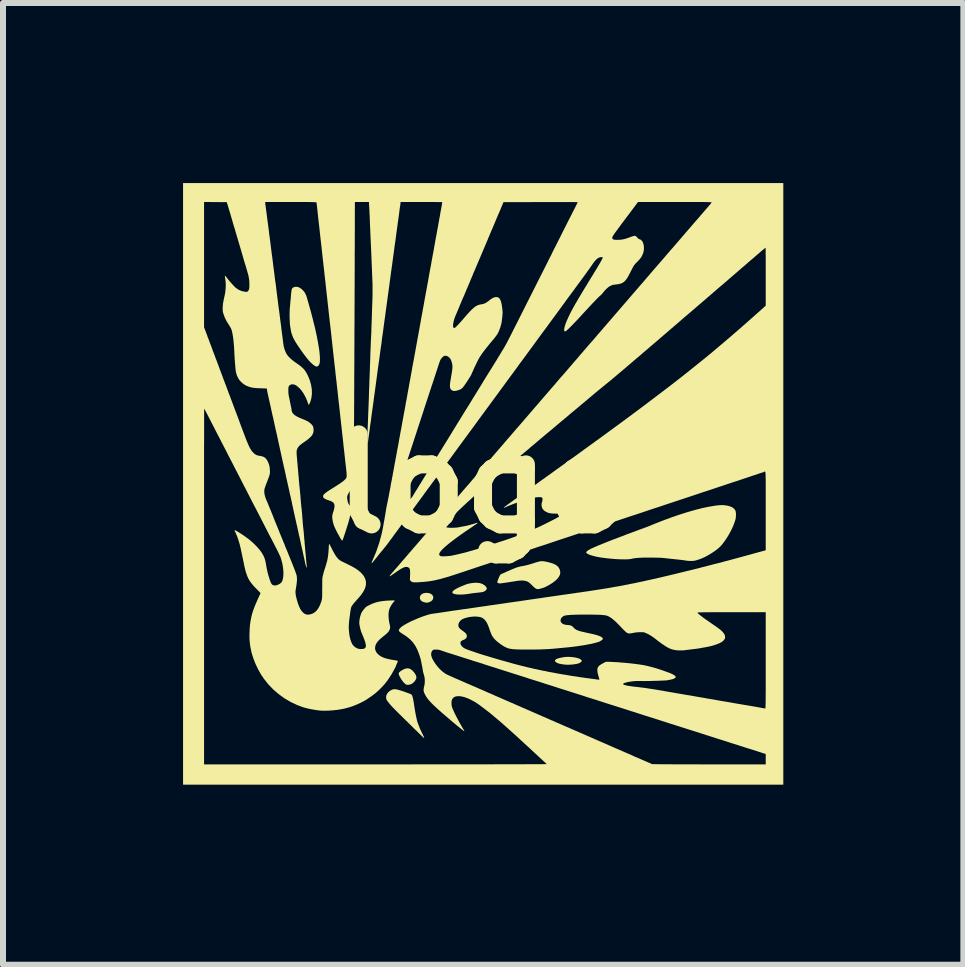
<source format=kicad_pcb>
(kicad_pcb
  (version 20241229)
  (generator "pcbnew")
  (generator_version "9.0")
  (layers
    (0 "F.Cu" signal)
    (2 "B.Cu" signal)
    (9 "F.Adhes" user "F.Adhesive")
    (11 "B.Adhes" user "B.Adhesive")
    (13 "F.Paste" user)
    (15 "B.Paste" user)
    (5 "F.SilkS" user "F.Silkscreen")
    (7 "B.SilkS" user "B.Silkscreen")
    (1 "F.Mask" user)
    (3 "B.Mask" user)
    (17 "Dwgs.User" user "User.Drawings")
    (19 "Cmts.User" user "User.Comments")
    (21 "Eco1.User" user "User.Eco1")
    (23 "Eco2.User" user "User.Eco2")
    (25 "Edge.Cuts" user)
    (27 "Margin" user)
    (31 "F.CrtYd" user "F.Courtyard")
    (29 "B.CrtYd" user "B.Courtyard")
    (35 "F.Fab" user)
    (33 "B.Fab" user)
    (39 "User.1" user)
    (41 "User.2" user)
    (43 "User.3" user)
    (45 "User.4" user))
  (footprint "logo"
    (layer "F.Cu")
    (at 4.998 5.009)
    (property "Reference" "logo" (at 0 0 0) (layer "F.SilkS") (effects (font (size 1.5 1.5) (thickness 0.3))))
    (attr board_only exclude_from_pos_files exclude_from_bom)
    (fp_poly (pts (xy -1.929 -0.669) (xy -1.928 -0.662) (xy -1.929 -0.661) (xy -1.932 -0.662) (xy -1.933 -0.665) (xy -1.931 -0.67)) (stroke (width 0) (type solid)) (fill yes) (layer "F.SilkS"))
    (fp_poly (pts (xy -0.902 1.823) (xy -0.871 1.834) (xy -0.848 1.851) (xy -0.833 1.873) (xy -0.828 1.901) (xy -0.834 1.923) (xy -0.848 1.944) (xy -0.87 1.962) (xy -0.897 1.974) (xy -0.899 1.975) (xy -0.923 1.981) (xy -0.943 1.982) (xy -0.964 1.979) (xy -0.981 1.975) (xy -1.011 1.964) (xy -1.032 1.949) (xy -1.045 1.93) (xy -1.053 1.903) (xy -1.05 1.878) (xy -1.038 1.856) (xy -1.018 1.838) (xy -0.991 1.826) (xy -0.957 1.819) (xy -0.94 1.819)) (stroke (width 0) (type solid)) (fill yes) (layer "F.SilkS"))
    (fp_poly (pts (xy -1.221 3.083) (xy -1.207 3.09) (xy -1.18 3.11) (xy -1.155 3.136) (xy -1.134 3.164) (xy -1.119 3.192) (xy -1.111 3.217) (xy -1.11 3.227) (xy -1.115 3.252) (xy -1.129 3.279) (xy -1.15 3.305) (xy -1.176 3.327) (xy -1.195 3.339) (xy -1.214 3.345) (xy -1.236 3.35) (xy -1.259 3.351) (xy -1.277 3.348) (xy -1.282 3.346) (xy -1.307 3.327) (xy -1.333 3.299) (xy -1.359 3.264) (xy -1.382 3.224) (xy -1.39 3.209) (xy -1.401 3.184) (xy -1.405 3.166) (xy -1.403 3.152) (xy -1.392 3.138) (xy -1.373 3.123) (xy -1.364 3.117) (xy -1.324 3.093) (xy -1.286 3.08) (xy -1.252 3.076)) (stroke (width 0) (type solid)) (fill yes) (layer "F.SilkS"))
    (fp_poly (pts (xy 1.455 2.886) (xy 1.497 2.89) (xy 1.536 2.896) (xy 1.572 2.904) (xy 1.602 2.914) (xy 1.625 2.926) (xy 1.64 2.939) (xy 1.645 2.953) (xy 1.64 2.963) (xy 1.628 2.975) (xy 1.61 2.986) (xy 1.598 2.992) (xy 1.566 3.001) (xy 1.527 3.008) (xy 1.484 3.013) (xy 1.438 3.016) (xy 1.394 3.016) (xy 1.364 3.014) (xy 1.31 3.007) (xy 1.267 2.998) (xy 1.234 2.986) (xy 1.211 2.971) (xy 1.206 2.965) (xy 1.199 2.955) (xy 1.199 2.946) (xy 1.203 2.938) (xy 1.212 2.929) (xy 1.224 2.921) (xy 1.242 2.914) (xy 1.267 2.906) (xy 1.301 2.899) (xy 1.33 2.893) (xy 1.37 2.887) (xy 1.412 2.885)) (stroke (width 0) (type solid)) (fill yes) (layer "F.SilkS"))
    (fp_poly (pts (xy -0.065 1.654) (xy -0.019 1.667) (xy 0.021 1.689) (xy 0.037 1.703) (xy 0.055 1.724) (xy 0.062 1.743) (xy 0.059 1.761) (xy 0.046 1.776) (xy 0.036 1.785) (xy 0.026 1.792) (xy 0.014 1.798) (xy -0.001 1.803) (xy -0.021 1.807) (xy -0.048 1.811) (xy -0.083 1.815) (xy -0.11 1.818) (xy -0.14 1.821) (xy -0.17 1.825) (xy -0.194 1.828) (xy -0.211 1.831) (xy -0.211 1.831) (xy -0.263 1.839) (xy -0.317 1.845) (xy -0.369 1.847) (xy -0.416 1.847) (xy -0.442 1.844) (xy -0.476 1.838) (xy -0.499 1.83) (xy -0.51 1.818) (xy -0.511 1.805) (xy -0.501 1.789) (xy -0.48 1.771) (xy -0.448 1.751) (xy -0.419 1.736) (xy -0.392 1.723) (xy -0.359 1.709) (xy -0.325 1.695) (xy -0.293 1.682) (xy -0.265 1.672) (xy -0.248 1.667) (xy -0.233 1.664) (xy -0.211 1.66) (xy -0.186 1.656) (xy -0.177 1.654) (xy -0.117 1.65)) (stroke (width 0) (type solid)) (fill yes) (layer "F.SilkS"))
    (fp_poly (pts (xy -1.456 3.425) (xy -1.433 3.429) (xy -1.406 3.436) (xy -1.373 3.446) (xy -1.332 3.459) (xy -1.283 3.477) (xy -1.229 3.496) (xy -1.209 3.504) (xy -1.196 3.511) (xy -1.188 3.519) (xy -1.181 3.532) (xy -1.179 3.538) (xy -1.174 3.551) (xy -1.17 3.566) (xy -1.165 3.587) (xy -1.16 3.614) (xy -1.154 3.648) (xy -1.148 3.692) (xy -1.144 3.716) (xy -1.136 3.767) (xy -1.127 3.817) (xy -1.118 3.864) (xy -1.109 3.906) (xy -1.101 3.942) (xy -1.093 3.97) (xy -1.087 3.986) (xy -1.083 3.998) (xy -1.076 4.015) (xy -1.071 4.03) (xy -1.049 4.086) (xy -1.019 4.15) (xy -1.004 4.18) (xy -0.992 4.205) (xy -0.984 4.222) (xy -0.981 4.232) (xy -0.982 4.236) (xy -0.985 4.237) (xy -0.989 4.233) (xy -1.001 4.222) (xy -1.02 4.205) (xy -1.043 4.182) (xy -1.072 4.154) (xy -1.104 4.122) (xy -1.14 4.088) (xy -1.17 4.058) (xy -1.211 4.018) (xy -1.252 3.977) (xy -1.293 3.937) (xy -1.332 3.899) (xy -1.367 3.864) (xy -1.397 3.835) (xy -1.421 3.811) (xy -1.429 3.803) (xy -1.466 3.766) (xy -1.501 3.73) (xy -1.533 3.695) (xy -1.561 3.663) (xy -1.583 3.635) (xy -1.6 3.612) (xy -1.609 3.596) (xy -1.616 3.566) (xy -1.613 3.534) (xy -1.6 3.503) (xy -1.579 3.475) (xy -1.55 3.451) (xy -1.522 3.435) (xy -1.507 3.429) (xy -1.492 3.426) (xy -1.475 3.424)) (stroke (width 0) (type solid)) (fill yes) (layer "F.SilkS"))
    (fp_poly (pts (xy 1.012 1.293) (xy 1.042 1.298) (xy 1.079 1.306) (xy 1.124 1.318) (xy 1.134 1.321) (xy 1.184 1.338) (xy 1.224 1.361) (xy 1.254 1.388) (xy 1.274 1.421) (xy 1.285 1.459) (xy 1.287 1.485) (xy 1.281 1.517) (xy 1.265 1.549) (xy 1.239 1.583) (xy 1.204 1.617) (xy 1.16 1.651) (xy 1.108 1.684) (xy 1.06 1.71) (xy 1.017 1.73) (xy 0.974 1.744) (xy 0.952 1.75) (xy 0.931 1.755) (xy 0.916 1.757) (xy 0.903 1.756) (xy 0.888 1.751) (xy 0.886 1.751) (xy 0.874 1.744) (xy 0.856 1.73) (xy 0.834 1.71) (xy 0.818 1.695) (xy 0.792 1.668) (xy 0.769 1.649) (xy 0.749 1.635) (xy 0.729 1.626) (xy 0.706 1.62) (xy 0.687 1.616) (xy 0.657 1.613) (xy 0.621 1.614) (xy 0.579 1.618) (xy 0.527 1.626) (xy 0.51 1.629) (xy 0.486 1.633) (xy 0.451 1.638) (xy 0.406 1.645) (xy 0.35 1.653) (xy 0.329 1.656) (xy 0.3 1.66) (xy 0.28 1.662) (xy 0.266 1.661) (xy 0.256 1.657) (xy 0.247 1.652) (xy 0.235 1.641) (xy 0.248 1.605) (xy 0.264 1.564) (xy 0.278 1.534) (xy 0.29 1.515) (xy 0.301 1.507) (xy 0.311 1.502) (xy 0.329 1.495) (xy 0.349 1.486) (xy 0.352 1.485) (xy 0.413 1.457) (xy 0.464 1.435) (xy 0.509 1.416) (xy 0.547 1.401) (xy 0.58 1.39) (xy 0.61 1.382) (xy 0.637 1.376) (xy 0.661 1.372) (xy 0.693 1.366) (xy 0.732 1.357) (xy 0.779 1.344) (xy 0.835 1.327) (xy 0.88 1.312) (xy 0.911 1.303) (xy 0.937 1.296) (xy 0.962 1.292) (xy 0.986 1.291)) (stroke (width 0) (type solid)) (fill yes) (layer "F.SilkS"))
    (fp_poly (pts (xy -3.092 -3.279) (xy -3.058 -3.267) (xy -3.024 -3.244) (xy -2.995 -3.216) (xy -2.968 -3.181) (xy -2.948 -3.14) (xy -2.935 -3.102) (xy -2.932 -3.089) (xy -2.926 -3.069) (xy -2.919 -3.045) (xy -2.916 -3.034) (xy -2.908 -3.007) (xy -2.9 -2.98) (xy -2.894 -2.958) (xy -2.893 -2.952) (xy -2.887 -2.932) (xy -2.882 -2.913) (xy -2.879 -2.905) (xy -2.874 -2.885) (xy -2.866 -2.857) (xy -2.857 -2.822) (xy -2.847 -2.783) (xy -2.836 -2.742) (xy -2.826 -2.7) (xy -2.816 -2.66) (xy -2.807 -2.625) (xy -2.8 -2.595) (xy -2.795 -2.575) (xy -2.795 -2.573) (xy -2.79 -2.55) (xy -2.784 -2.526) (xy -2.783 -2.52) (xy -2.769 -2.454) (xy -2.755 -2.381) (xy -2.741 -2.299) (xy -2.734 -2.257) (xy -2.729 -2.224) (xy -2.726 -2.196) (xy -2.723 -2.171) (xy -2.721 -2.146) (xy -2.719 -2.118) (xy -2.718 -2.104) (xy -2.717 -2.058) (xy -2.72 -2.021) (xy -2.727 -1.992) (xy -2.738 -1.972) (xy -2.749 -1.961) (xy -2.763 -1.953) (xy -2.774 -1.951) (xy -2.788 -1.955) (xy -2.803 -1.963) (xy -2.832 -1.984) (xy -2.866 -2.014) (xy -2.903 -2.053) (xy -2.943 -2.102) (xy -2.988 -2.161) (xy -3.03 -2.219) (xy -3.067 -2.274) (xy -3.099 -2.321) (xy -3.125 -2.362) (xy -3.146 -2.399) (xy -3.164 -2.434) (xy -3.177 -2.467) (xy -3.189 -2.5) (xy -3.198 -2.535) (xy -3.205 -2.573) (xy -3.212 -2.617) (xy -3.214 -2.631) (xy -3.218 -2.663) (xy -3.22 -2.703) (xy -3.222 -2.749) (xy -3.223 -2.798) (xy -3.223 -2.846) (xy -3.221 -2.891) (xy -3.219 -2.929) (xy -3.217 -2.946) (xy -3.215 -2.971) (xy -3.212 -3.002) (xy -3.209 -3.037) (xy -3.206 -3.072) (xy -3.205 -3.076) (xy -3.201 -3.126) (xy -3.198 -3.166) (xy -3.194 -3.197) (xy -3.191 -3.22) (xy -3.187 -3.238) (xy -3.182 -3.25) (xy -3.176 -3.259) (xy -3.169 -3.265) (xy -3.16 -3.27) (xy -3.156 -3.272) (xy -3.125 -3.281)) (stroke (width 0) (type solid)) (fill yes) (layer "F.SilkS"))
    (fp_poly (pts (xy 4.015 0.358) (xy 4.072 0.366) (xy 4.12 0.379) (xy 4.158 0.397) (xy 4.186 0.42) (xy 4.204 0.446) (xy 4.21 0.466) (xy 4.214 0.494) (xy 4.214 0.527) (xy 4.212 0.56) (xy 4.207 0.592) (xy 4.191 0.643) (xy 4.169 0.701) (xy 4.142 0.761) (xy 4.11 0.823) (xy 4.074 0.884) (xy 4.037 0.941) (xy 3.999 0.993) (xy 3.964 1.035) (xy 3.929 1.069) (xy 3.886 1.104) (xy 3.837 1.139) (xy 3.783 1.173) (xy 3.728 1.205) (xy 3.674 1.232) (xy 3.623 1.253) (xy 3.589 1.265) (xy 3.568 1.271) (xy 3.55 1.277) (xy 3.541 1.279) (xy 3.516 1.284) (xy 3.484 1.287) (xy 3.448 1.287) (xy 3.413 1.285) (xy 3.389 1.282) (xy 3.361 1.278) (xy 3.33 1.273) (xy 3.293 1.269) (xy 3.249 1.264) (xy 3.196 1.258) (xy 3.152 1.254) (xy 3.117 1.25) (xy 3.079 1.246) (xy 3.044 1.242) (xy 3.015 1.239) (xy 3.012 1.238) (xy 2.988 1.236) (xy 2.954 1.234) (xy 2.912 1.233) (xy 2.863 1.232) (xy 2.808 1.231) (xy 2.778 1.231) (xy 2.715 1.231) (xy 2.663 1.232) (xy 2.618 1.234) (xy 2.58 1.236) (xy 2.548 1.239) (xy 2.518 1.243) (xy 2.49 1.248) (xy 2.474 1.252) (xy 2.444 1.257) (xy 2.405 1.26) (xy 2.358 1.261) (xy 2.303 1.26) (xy 2.244 1.258) (xy 2.181 1.254) (xy 2.115 1.248) (xy 2.048 1.241) (xy 1.982 1.232) (xy 1.981 1.232) (xy 1.955 1.228) (xy 1.935 1.225) (xy 1.919 1.222) (xy 1.902 1.219) (xy 1.88 1.214) (xy 1.857 1.208) (xy 1.812 1.197) (xy 1.775 1.184) (xy 1.746 1.172) (xy 1.728 1.159) (xy 1.719 1.147) (xy 1.718 1.144) (xy 1.724 1.132) (xy 1.74 1.118) (xy 1.767 1.101) (xy 1.803 1.081) (xy 1.85 1.06) (xy 1.907 1.035) (xy 1.924 1.028) (xy 1.953 1.017) (xy 1.978 1.007) (xy 1.998 0.998) (xy 2.011 0.993) (xy 2.014 0.992) (xy 2.027 0.987) (xy 2.043 0.98) (xy 2.045 0.979) (xy 2.056 0.975) (xy 2.075 0.967) (xy 2.102 0.957) (xy 2.134 0.944) (xy 2.171 0.93) (xy 2.209 0.916) (xy 2.258 0.897) (xy 2.298 0.882) (xy 2.331 0.87) (xy 2.356 0.86) (xy 2.376 0.852) (xy 2.391 0.846) (xy 2.404 0.841) (xy 2.409 0.839) (xy 2.418 0.836) (xy 2.436 0.829) (xy 2.459 0.821) (xy 2.485 0.811) (xy 2.511 0.802) (xy 2.534 0.793) (xy 2.552 0.787) (xy 2.561 0.783) (xy 2.57 0.779) (xy 2.588 0.773) (xy 2.611 0.764) (xy 2.637 0.755) (xy 2.681 0.739) (xy 2.715 0.726) (xy 2.743 0.716) (xy 2.765 0.707) (xy 2.782 0.7) (xy 2.786 0.698) (xy 2.805 0.691) (xy 2.827 0.681) (xy 2.84 0.676) (xy 2.86 0.668) (xy 2.879 0.66) (xy 2.888 0.657) (xy 2.905 0.65) (xy 2.924 0.643) (xy 2.924 0.643) (xy 2.943 0.635) (xy 2.961 0.628) (xy 2.961 0.628) (xy 2.975 0.623) (xy 2.998 0.614) (xy 3.026 0.603) (xy 3.057 0.592) (xy 3.09 0.58) (xy 3.121 0.568) (xy 3.124 0.567) (xy 3.172 0.55) (xy 3.215 0.535) (xy 3.256 0.521) (xy 3.298 0.508) (xy 3.342 0.494) (xy 3.392 0.478) (xy 3.45 0.461) (xy 3.462 0.457) (xy 3.485 0.451) (xy 3.515 0.443) (xy 3.549 0.433) (xy 3.585 0.424) (xy 3.62 0.415) (xy 3.651 0.407) (xy 3.676 0.402) (xy 3.685 0.4) (xy 3.757 0.385) (xy 3.82 0.374) (xy 3.874 0.365) (xy 3.921 0.36) (xy 3.961 0.357) (xy 3.996 0.357)) (stroke (width 0) (type solid)) (fill yes) (layer "F.SilkS"))
    (fp_poly (pts (xy 5.003 0.003) (xy 5.003 5.015) (xy 0.003 5.015) (xy -4.998 5.015) (xy -4.998 0.003) (xy -4.998 -3.65) (xy -4.648 -3.65) (xy -4.648 -2.606) (xy -4.628 -2.553) (xy -4.619 -2.528) (xy -4.61 -2.505) (xy -4.603 -2.487) (xy -4.6 -2.481) (xy -4.595 -2.467) (xy -4.592 -2.458) (xy -4.592 -2.457) (xy -4.59 -2.447) (xy -4.587 -2.441) (xy -4.583 -2.432) (xy -4.576 -2.415) (xy -4.567 -2.392) (xy -4.557 -2.365) (xy -4.553 -2.352) (xy -4.542 -2.324) (xy -4.532 -2.299) (xy -4.525 -2.279) (xy -4.52 -2.266) (xy -4.518 -2.264) (xy -4.514 -2.252) (xy -4.513 -2.248) (xy -4.511 -2.239) (xy -4.506 -2.225) (xy -4.505 -2.224) (xy -4.501 -2.212) (xy -4.493 -2.192) (xy -4.483 -2.167) (xy -4.472 -2.138) (xy -4.468 -2.127) (xy -4.458 -2.098) (xy -4.448 -2.073) (xy -4.44 -2.052) (xy -4.435 -2.039) (xy -4.434 -2.037) (xy -4.431 -2.028) (xy -4.424 -2.01) (xy -4.415 -1.986) (xy -4.405 -1.959) (xy -4.401 -1.947) (xy -4.39 -1.917) (xy -4.38 -1.89) (xy -4.371 -1.867) (xy -4.365 -1.851) (xy -4.364 -1.848) (xy -4.359 -1.836) (xy -4.352 -1.816) (xy -4.342 -1.79) (xy -4.331 -1.76) (xy -4.322 -1.735) (xy -4.31 -1.704) (xy -4.299 -1.674) (xy -4.289 -1.649) (xy -4.282 -1.631) (xy -4.279 -1.623) (xy -4.274 -1.609) (xy -4.266 -1.588) (xy -4.257 -1.563) (xy -4.251 -1.547) (xy -4.242 -1.521) (xy -4.233 -1.498) (xy -4.226 -1.481) (xy -4.223 -1.473) (xy -4.216 -1.456) (xy -4.209 -1.437) (xy -4.209 -1.437) (xy -4.203 -1.42) (xy -4.198 -1.407) (xy -4.198 -1.406) (xy -4.194 -1.396) (xy -4.187 -1.379) (xy -4.179 -1.355) (xy -4.169 -1.33) (xy -4.16 -1.303) (xy -4.15 -1.278) (xy -4.143 -1.259) (xy -4.139 -1.248) (xy -4.132 -1.23) (xy -4.125 -1.212) (xy -4.125 -1.211) (xy -4.119 -1.195) (xy -4.113 -1.181) (xy -4.113 -1.18) (xy -4.11 -1.172) (xy -4.103 -1.154) (xy -4.094 -1.13) (xy -4.083 -1.101) (xy -4.071 -1.069) (xy -4.071 -1.068) (xy -4.041 -0.986) (xy -4.014 -0.914) (xy -3.99 -0.851) (xy -3.97 -0.797) (xy -3.952 -0.75) (xy -3.936 -0.71) (xy -3.922 -0.676) (xy -3.909 -0.647) (xy -3.898 -0.622) (xy -3.888 -0.601) (xy -3.878 -0.584) (xy -3.868 -0.568) (xy -3.859 -0.554) (xy -3.849 -0.54) (xy -3.842 -0.532) (xy -3.811 -0.5) (xy -3.777 -0.478) (xy -3.739 -0.466) (xy -3.727 -0.465) (xy -3.685 -0.457) (xy -3.651 -0.445) (xy -3.625 -0.426) (xy -3.603 -0.4) (xy -3.583 -0.363) (xy -3.583 -0.362) (xy -3.57 -0.331) (xy -3.561 -0.302) (xy -3.555 -0.27) (xy -3.552 -0.231) (xy -3.551 -0.223) (xy -3.55 -0.204) (xy -3.55 -0.188) (xy -3.552 -0.173) (xy -3.554 -0.157) (xy -3.559 -0.138) (xy -3.567 -0.115) (xy -3.578 -0.085) (xy -3.592 -0.048) (xy -3.597 -0.034) (xy -3.61 -0.002) (xy -3.621 0.027) (xy -3.63 0.053) (xy -3.636 0.071) (xy -3.639 0.079) (xy -3.645 0.113) (xy -3.644 0.153) (xy -3.636 0.197) (xy -3.622 0.242) (xy -3.611 0.269) (xy -3.6 0.295) (xy -3.587 0.324) (xy -3.577 0.349) (xy -3.569 0.371) (xy -3.561 0.389) (xy -3.556 0.402) (xy -3.556 0.403) (xy -3.55 0.415) (xy -3.542 0.435) (xy -3.532 0.459) (xy -3.521 0.486) (xy -3.51 0.514) (xy -3.499 0.541) (xy -3.49 0.566) (xy -3.482 0.585) (xy -3.477 0.597) (xy -3.476 0.6) (xy -3.474 0.606) (xy -3.469 0.619) (xy -3.466 0.627) (xy -3.459 0.642) (xy -3.45 0.665) (xy -3.439 0.691) (xy -3.431 0.71) (xy -3.421 0.736) (xy -3.411 0.759) (xy -3.404 0.778) (xy -3.4 0.787) (xy -3.395 0.8) (xy -3.392 0.808) (xy -3.392 0.808) (xy -3.39 0.815) (xy -3.384 0.828) (xy -3.381 0.835) (xy -3.375 0.851) (xy -3.365 0.873) (xy -3.355 0.899) (xy -3.347 0.918) (xy -3.336 0.945) (xy -3.326 0.97) (xy -3.317 0.991) (xy -3.312 1.001) (xy -3.306 1.016) (xy -3.302 1.027) (xy -3.302 1.029) (xy -3.3 1.036) (xy -3.295 1.049) (xy -3.293 1.053) (xy -3.287 1.065) (xy -3.283 1.076) (xy -3.278 1.088) (xy -3.272 1.102) (xy -3.264 1.121) (xy -3.254 1.145) (xy -3.241 1.178) (xy -3.237 1.189) (xy -3.224 1.22) (xy -3.212 1.249) (xy -3.203 1.273) (xy -3.195 1.291) (xy -3.192 1.299) (xy -3.185 1.315) (xy -3.176 1.338) (xy -3.165 1.366) (xy -3.153 1.397) (xy -3.141 1.428) (xy -3.13 1.457) (xy -3.121 1.483) (xy -3.114 1.501) (xy -3.111 1.511) (xy -3.104 1.538) (xy -3.101 1.568) (xy -3.1 1.602) (xy -3.103 1.643) (xy -3.109 1.691) (xy -3.118 1.748) (xy -3.119 1.752) (xy -3.123 1.778) (xy -3.125 1.801) (xy -3.124 1.825) (xy -3.121 1.85) (xy -3.115 1.881) (xy -3.106 1.918) (xy -3.101 1.938) (xy -3.082 2) (xy -3.062 2.052) (xy -3.041 2.095) (xy -3.016 2.129) (xy -2.992 2.153) (xy -2.965 2.172) (xy -2.935 2.181) (xy -2.901 2.181) (xy -2.895 2.18) (xy -2.851 2.169) (xy -2.812 2.149) (xy -2.777 2.119) (xy -2.746 2.079) (xy -2.719 2.028) (xy -2.696 1.968) (xy -2.689 1.944) (xy -2.686 1.933) (xy -2.684 1.919) (xy -2.682 1.901) (xy -2.681 1.878) (xy -2.68 1.848) (xy -2.68 1.81) (xy -2.68 1.762) (xy -2.679 1.741) (xy -2.679 1.692) (xy -2.679 1.653) (xy -2.679 1.623) (xy -2.678 1.598) (xy -2.677 1.579) (xy -2.675 1.562) (xy -2.673 1.548) (xy -2.669 1.533) (xy -2.665 1.518) (xy -2.663 1.51) (xy -2.656 1.482) (xy -2.648 1.454) (xy -2.641 1.43) (xy -2.637 1.42) (xy -2.629 1.396) (xy -2.621 1.369) (xy -2.617 1.355) (xy -2.611 1.335) (xy -2.606 1.316) (xy -2.603 1.307) (xy -2.595 1.276) (xy -2.587 1.235) (xy -2.58 1.187) (xy -2.575 1.133) (xy -2.571 1.075) (xy -2.571 1.069) (xy -2.57 1.043) (xy -2.568 1.022) (xy -2.566 1.008) (xy -2.564 1.003) (xy -2.56 1.008) (xy -2.552 1.021) (xy -2.542 1.04) (xy -2.529 1.063) (xy -2.528 1.066) (xy -2.507 1.108) (xy -2.489 1.141) (xy -2.474 1.168) (xy -2.461 1.19) (xy -2.448 1.209) (xy -2.439 1.221) (xy -2.419 1.246) (xy -2.401 1.264) (xy -2.381 1.279) (xy -2.356 1.294) (xy -2.338 1.302) (xy -2.278 1.331) (xy -2.228 1.356) (xy -2.185 1.378) (xy -2.149 1.398) (xy -2.119 1.416) (xy -2.093 1.434) (xy -2.07 1.451) (xy -2.049 1.469) (xy -2.029 1.488) (xy -2.022 1.495) (xy -1.988 1.536) (xy -1.965 1.58) (xy -1.952 1.625) (xy -1.951 1.639) (xy -1.951 1.672) (xy -1.955 1.705) (xy -1.965 1.739) (xy -1.981 1.774) (xy -2.003 1.811) (xy -2.032 1.853) (xy -2.069 1.898) (xy -2.114 1.949) (xy -2.143 1.981) (xy -2.152 1.991) (xy -2.164 2.007) (xy -2.174 2.02) (xy -2.181 2.03) (xy -2.187 2.039) (xy -2.193 2.05) (xy -2.197 2.063) (xy -2.201 2.079) (xy -2.206 2.1) (xy -2.21 2.127) (xy -2.215 2.161) (xy -2.22 2.203) (xy -2.227 2.255) (xy -2.231 2.288) (xy -2.236 2.351) (xy -2.237 2.414) (xy -2.232 2.476) (xy -2.224 2.535) (xy -2.212 2.589) (xy -2.196 2.637) (xy -2.177 2.676) (xy -2.166 2.691) (xy -2.146 2.712) (xy -2.12 2.731) (xy -2.093 2.745) (xy -2.084 2.748) (xy -2.062 2.753) (xy -2.036 2.755) (xy -2.009 2.754) (xy -1.986 2.75) (xy -1.977 2.747) (xy -1.963 2.736) (xy -1.954 2.721) (xy -1.952 2.7) (xy -1.955 2.673) (xy -1.964 2.639) (xy -1.978 2.596) (xy -1.984 2.581) (xy -1.995 2.553) (xy -2.005 2.529) (xy -2.012 2.511) (xy -2.017 2.5) (xy -2.017 2.499) (xy -2.029 2.47) (xy -2.04 2.435) (xy -2.049 2.398) (xy -2.057 2.363) (xy -2.061 2.332) (xy -2.062 2.315) (xy -2.058 2.267) (xy -2.048 2.216) (xy -2.032 2.167) (xy -2.024 2.149) (xy -2.013 2.13) (xy -1.997 2.107) (xy -1.979 2.085) (xy -1.96 2.064) (xy -1.943 2.049) (xy -1.936 2.044) (xy -1.885 2.018) (xy -1.836 1.996) (xy -1.788 1.979) (xy -1.737 1.966) (xy -1.681 1.957) (xy -1.619 1.95) (xy -1.551 1.946) (xy -1.517 1.945) (xy -1.493 1.944) (xy -1.478 1.946) (xy -1.471 1.949) (xy -1.472 1.953) (xy -1.478 1.96) (xy -1.48 1.961) (xy -1.496 1.979) (xy -1.515 2.003) (xy -1.533 2.032) (xy -1.549 2.062) (xy -1.561 2.09) (xy -1.563 2.096) (xy -1.572 2.139) (xy -1.575 2.189) (xy -1.572 2.245) (xy -1.564 2.305) (xy -1.557 2.337) (xy -1.55 2.369) (xy -1.548 2.394) (xy -1.55 2.415) (xy -1.558 2.435) (xy -1.56 2.44) (xy -1.568 2.455) (xy -1.577 2.468) (xy -1.589 2.481) (xy -1.605 2.496) (xy -1.626 2.515) (xy -1.654 2.538) (xy -1.668 2.549) (xy -1.706 2.581) (xy -1.736 2.609) (xy -1.759 2.634) (xy -1.775 2.658) (xy -1.787 2.682) (xy -1.795 2.709) (xy -1.797 2.717) (xy -1.799 2.75) (xy -1.79 2.784) (xy -1.772 2.816) (xy -1.745 2.846) (xy -1.71 2.872) (xy -1.679 2.889) (xy -1.641 2.904) (xy -1.593 2.918) (xy -1.539 2.93) (xy -1.479 2.94) (xy -1.471 2.941) (xy -1.445 2.945) (xy -1.429 2.949) (xy -1.422 2.954) (xy -1.421 2.964) (xy -1.427 2.979) (xy -1.434 2.994) (xy -1.441 3.011) (xy -1.447 3.024) (xy -1.448 3.029) (xy -1.451 3.038) (xy -1.458 3.054) (xy -1.47 3.077) (xy -1.484 3.103) (xy -1.5 3.132) (xy -1.516 3.161) (xy -1.532 3.188) (xy -1.547 3.211) (xy -1.553 3.22) (xy -1.576 3.254) (xy -1.594 3.281) (xy -1.611 3.303) (xy -1.627 3.323) (xy -1.644 3.344) (xy -1.666 3.368) (xy -1.669 3.372) (xy -1.727 3.432) (xy -1.788 3.487) (xy -1.856 3.539) (xy -1.933 3.591) (xy -1.952 3.604) (xy -1.977 3.618) (xy -2.008 3.634) (xy -2.043 3.652) (xy -2.077 3.668) (xy -2.107 3.681) (xy -2.116 3.685) (xy -2.138 3.693) (xy -2.157 3.701) (xy -2.17 3.706) (xy -2.172 3.707) (xy -2.185 3.712) (xy -2.206 3.718) (xy -2.231 3.726) (xy -2.259 3.734) (xy -2.285 3.741) (xy -2.293 3.743) (xy -2.357 3.757) (xy -2.426 3.768) (xy -2.498 3.776) (xy -2.57 3.781) (xy -2.64 3.783) (xy -2.704 3.781) (xy -2.757 3.775) (xy -2.826 3.764) (xy -2.887 3.753) (xy -2.941 3.74) (xy -2.993 3.726) (xy -3.043 3.708) (xy -3.096 3.688) (xy -3.101 3.686) (xy -3.208 3.635) (xy -3.31 3.575) (xy -3.406 3.505) (xy -3.496 3.428) (xy -3.578 3.342) (xy -3.651 3.25) (xy -3.696 3.183) (xy -3.744 3.1) (xy -3.787 3.011) (xy -3.823 2.921) (xy -3.852 2.832) (xy -3.863 2.786) (xy -3.877 2.715) (xy -3.886 2.65) (xy -3.891 2.586) (xy -3.892 2.518) (xy -3.891 2.488) (xy -3.888 2.417) (xy -3.883 2.352) (xy -3.874 2.291) (xy -3.863 2.232) (xy -3.849 2.173) (xy -3.83 2.113) (xy -3.807 2.05) (xy -3.778 1.981) (xy -3.745 1.906) (xy -3.724 1.861) (xy -3.716 1.843) (xy -3.71 1.83) (xy -3.707 1.823) (xy -3.707 1.823) (xy -3.711 1.818) (xy -3.722 1.807) (xy -3.738 1.79) (xy -3.758 1.77) (xy -3.774 1.753) (xy -3.82 1.706) (xy -3.857 1.662) (xy -3.887 1.62) (xy -3.911 1.579) (xy -3.928 1.541) (xy -3.943 1.499) (xy -3.958 1.45) (xy -3.971 1.395) (xy -3.975 1.38) (xy -3.983 1.341) (xy -3.991 1.301) (xy -3.999 1.264) (xy -4.006 1.23) (xy -4.012 1.202) (xy -4.016 1.182) (xy -4.018 1.175) (xy -4.036 1.086) (xy -4.055 1.008) (xy -4.076 0.938) (xy -4.097 0.877) (xy -4.12 0.824) (xy -4.123 0.818) (xy -4.132 0.799) (xy -4.138 0.783) (xy -4.14 0.775) (xy -4.139 0.774) (xy -4.133 0.775) (xy -4.119 0.782) (xy -4.098 0.793) (xy -4.071 0.809) (xy -4.041 0.828) (xy -4.008 0.85) (xy -3.974 0.873) (xy -3.94 0.898) (xy -3.916 0.915) (xy -3.882 0.942) (xy -3.844 0.975) (xy -3.807 1.01) (xy -3.771 1.047) (xy -3.738 1.083) (xy -3.711 1.116) (xy -3.695 1.138) (xy -3.673 1.174) (xy -3.655 1.207) (xy -3.641 1.239) (xy -3.63 1.275) (xy -3.621 1.316) (xy -3.612 1.365) (xy -3.612 1.369) (xy -3.603 1.417) (xy -3.593 1.463) (xy -3.581 1.511) (xy -3.565 1.564) (xy -3.549 1.614) (xy -3.536 1.647) (xy -3.523 1.671) (xy -3.507 1.686) (xy -3.489 1.694) (xy -3.466 1.696) (xy -3.465 1.696) (xy -3.44 1.692) (xy -3.413 1.682) (xy -3.386 1.668) (xy -3.365 1.651) (xy -3.35 1.633) (xy -3.348 1.629) (xy -3.334 1.584) (xy -3.327 1.531) (xy -3.326 1.472) (xy -3.331 1.408) (xy -3.342 1.339) (xy -3.36 1.269) (xy -3.372 1.23) (xy -3.377 1.217) (xy -3.386 1.198) (xy -3.398 1.172) (xy -3.414 1.139) (xy -3.434 1.098) (xy -3.459 1.05) (xy -3.488 0.993) (xy -3.522 0.927) (xy -3.562 0.852) (xy -3.567 0.842) (xy -3.579 0.819) (xy -3.594 0.789) (xy -3.613 0.753) (xy -3.633 0.713) (xy -3.654 0.673) (xy -3.665 0.651) (xy -3.686 0.61) (xy -3.707 0.569) (xy -3.728 0.528) (xy -3.747 0.491) (xy -3.763 0.461) (xy -3.769 0.448) (xy -3.825 0.341) (xy -3.877 0.24) (xy -3.928 0.14) (xy -3.961 0.076) (xy -3.982 0.036) (xy -4.003 -0.006) (xy -4.025 -0.048) (xy -4.044 -0.086) (xy -4.061 -0.118) (xy -4.065 -0.127) (xy -4.082 -0.159) (xy -4.101 -0.197) (xy -4.123 -0.238) (xy -4.144 -0.279) (xy -4.158 -0.307) (xy -4.178 -0.346) (xy -4.2 -0.388) (xy -4.222 -0.431) (xy -4.242 -0.469) (xy -4.254 -0.493) (xy -4.271 -0.526) (xy -4.291 -0.566) (xy -4.313 -0.608) (xy -4.335 -0.651) (xy -4.353 -0.685) (xy -4.373 -0.725) (xy -4.396 -0.77) (xy -4.42 -0.815) (xy -4.442 -0.858) (xy -4.457 -0.887) (xy -4.492 -0.956) (xy -4.523 -1.016) (xy -4.549 -1.067) (xy -4.571 -1.11) (xy -4.59 -1.146) (xy -4.605 -1.175) (xy -4.617 -1.198) (xy -4.626 -1.216) (xy -4.633 -1.229) (xy -4.639 -1.239) (xy -4.642 -1.245) (xy -4.645 -1.249) (xy -4.646 -1.25) (xy -4.646 -1.245) (xy -4.646 -1.229) (xy -4.647 -1.202) (xy -4.647 -1.164) (xy -4.647 -1.117) (xy -4.647 -1.06) (xy -4.647 -0.994) (xy -4.647 -0.919) (xy -4.647 -0.835) (xy -4.647 -0.743) (xy -4.648 -0.643) (xy -4.648 -0.535) (xy -4.648 -0.42) (xy -4.648 -0.298) (xy -4.648 -0.17) (xy -4.648 -0.035) (xy -4.648 0.107) (xy -4.648 0.253) (xy -4.648 0.405) (xy -4.648 0.562) (xy -4.648 0.724) (xy -4.648 0.89) (xy -4.648 1.061) (xy -4.648 1.235) (xy -4.648 1.412) (xy -4.648 1.592) (xy -4.648 1.712) (xy -4.648 4.677) (xy -1.795 4.677) (xy -1.616 4.677) (xy -1.44 4.677) (xy -1.267 4.677) (xy -1.098 4.676) (xy -0.932 4.676) (xy -0.771 4.676) (xy -0.615 4.676) (xy -0.463 4.676) (xy -0.316 4.676) (xy -0.175 4.676) (xy -0.04 4.676) (xy 0.09 4.676) (xy 0.212 4.675) (xy 0.328 4.675) (xy 0.436 4.675) (xy 0.537 4.675) (xy 0.63 4.675) (xy 0.715 4.674) (xy 0.792 4.674) (xy 0.859 4.674) (xy 0.918 4.674) (xy 0.966 4.674) (xy 1.005 4.673) (xy 1.034 4.673) (xy 1.052 4.673) (xy 1.059 4.673) (xy 1.059 4.673) (xy 1.055 4.666) (xy 1.046 4.657) (xy 1.045 4.656) (xy 1.036 4.648) (xy 1.021 4.634) (xy 1 4.615) (xy 0.977 4.594) (xy 0.962 4.58) (xy 0.914 4.535) (xy 0.863 4.488) (xy 0.811 4.44) (xy 0.76 4.392) (xy 0.712 4.349) (xy 0.67 4.31) (xy 0.668 4.308) (xy 0.642 4.284) (xy 0.616 4.261) (xy 0.593 4.239) (xy 0.575 4.222) (xy 0.572 4.22) (xy 0.557 4.206) (xy 0.534 4.185) (xy 0.506 4.16) (xy 0.473 4.13) (xy 0.437 4.098) (xy 0.4 4.065) (xy 0.362 4.031) (xy 0.325 3.998) (xy 0.316 3.99) (xy 0.296 3.973) (xy 0.271 3.951) (xy 0.242 3.927) (xy 0.211 3.901) (xy 0.179 3.874) (xy 0.149 3.849) (xy 0.122 3.826) (xy 0.099 3.808) (xy 0.083 3.796) (xy 0.082 3.795) (xy 0.069 3.785) (xy 0.05 3.77) (xy 0.026 3.752) (xy 0.001 3.733) (xy -0.001 3.732) (xy -0.028 3.711) (xy -0.056 3.69) (xy -0.083 3.671) (xy -0.103 3.658) (xy -0.123 3.644) (xy -0.148 3.63) (xy -0.175 3.615) (xy -0.202 3.601) (xy -0.227 3.588) (xy -0.247 3.579) (xy -0.262 3.573) (xy -0.266 3.572) (xy -0.276 3.57) (xy -0.278 3.568) (xy -0.288 3.563) (xy -0.306 3.557) (xy -0.33 3.551) (xy -0.356 3.545) (xy -0.381 3.541) (xy -0.389 3.541) (xy -0.429 3.54) (xy -0.462 3.547) (xy -0.488 3.56) (xy -0.508 3.582) (xy -0.517 3.597) (xy -0.523 3.618) (xy -0.526 3.646) (xy -0.525 3.677) (xy -0.521 3.708) (xy -0.514 3.732) (xy -0.501 3.762) (xy -0.484 3.8) (xy -0.464 3.843) (xy -0.44 3.889) (xy -0.416 3.936) (xy -0.391 3.982) (xy -0.367 4.024) (xy -0.345 4.062) (xy -0.332 4.084) (xy -0.321 4.101) (xy -0.313 4.116) (xy -0.311 4.124) (xy -0.311 4.124) (xy -0.315 4.122) (xy -0.328 4.114) (xy -0.346 4.1) (xy -0.369 4.082) (xy -0.397 4.059) (xy -0.426 4.036) (xy -0.506 3.969) (xy -0.577 3.909) (xy -0.64 3.855) (xy -0.697 3.806) (xy -0.746 3.762) (xy -0.789 3.723) (xy -0.827 3.687) (xy -0.859 3.655) (xy -0.887 3.625) (xy -0.91 3.598) (xy -0.93 3.573) (xy -0.946 3.549) (xy -0.96 3.525) (xy -0.972 3.502) (xy -0.978 3.489) (xy -0.986 3.468) (xy -0.99 3.447) (xy -0.99 3.423) (xy -0.985 3.393) (xy -0.978 3.364) (xy -0.972 3.325) (xy -0.97 3.283) (xy -0.972 3.242) (xy -0.978 3.212) (xy -0.987 3.178) (xy -0.994 3.153) (xy -0.999 3.134) (xy -1.002 3.119) (xy -1.004 3.106) (xy -1.006 3.096) (xy -1.009 3.074) (xy -1.013 3.052) (xy -1.014 3.045) (xy -1.018 3.029) (xy -1.022 3.006) (xy -1.027 2.981) (xy -1.028 2.975) (xy -1.033 2.952) (xy -1.037 2.933) (xy -1.041 2.916) (xy -1.047 2.897) (xy -1.054 2.874) (xy -1.063 2.848) (xy -1.071 2.826) (xy -0.864 2.826) (xy -0.864 2.856) (xy -0.862 2.866) (xy -0.848 2.909) (xy -0.824 2.954) (xy -0.794 3) (xy -0.759 3.046) (xy -0.72 3.089) (xy -0.679 3.127) (xy -0.637 3.159) (xy -0.6 3.18) (xy -0.584 3.188) (xy -0.559 3.199) (xy -0.528 3.213) (xy -0.493 3.229) (xy -0.455 3.245) (xy -0.428 3.257) (xy -0.387 3.275) (xy -0.345 3.293) (xy -0.305 3.311) (xy -0.268 3.327) (xy -0.238 3.34) (xy -0.225 3.345) (xy -0.196 3.358) (xy -0.167 3.371) (xy -0.142 3.381) (xy -0.124 3.389) (xy -0.123 3.39) (xy -0.1 3.399) (xy -0.074 3.411) (xy -0.054 3.42) (xy -0.035 3.428) (xy -0.021 3.434) (xy -0.015 3.437) (xy -0.014 3.437) (xy -0.008 3.439) (xy 0.005 3.445) (xy 0.023 3.453) (xy 0.026 3.454) (xy 0.049 3.465) (xy 0.072 3.475) (xy 0.089 3.483) (xy 0.103 3.489) (xy 0.113 3.493) (xy 0.115 3.493) (xy 0.121 3.496) (xy 0.134 3.501) (xy 0.153 3.51) (xy 0.159 3.512) (xy 0.185 3.524) (xy 0.213 3.537) (xy 0.237 3.547) (xy 0.261 3.557) (xy 0.286 3.568) (xy 0.303 3.576) (xy 0.325 3.585) (xy 0.351 3.597) (xy 0.368 3.604) (xy 0.393 3.615) (xy 0.421 3.627) (xy 0.438 3.635) (xy 0.456 3.643) (xy 0.47 3.649) (xy 0.476 3.651) (xy 0.476 3.651) (xy 0.482 3.653) (xy 0.496 3.659) (xy 0.515 3.668) (xy 0.522 3.671) (xy 0.541 3.68) (xy 0.557 3.687) (xy 0.565 3.69) (xy 0.566 3.691) (xy 0.572 3.693) (xy 0.585 3.698) (xy 0.603 3.706) (xy 0.604 3.707) (xy 0.629 3.718) (xy 0.657 3.731) (xy 0.675 3.738) (xy 0.699 3.748) (xy 0.724 3.759) (xy 0.739 3.766) (xy 0.755 3.773) (xy 0.779 3.783) (xy 0.807 3.796) (xy 0.838 3.809) (xy 0.851 3.815) (xy 0.881 3.828) (xy 0.911 3.841) (xy 0.936 3.852) (xy 0.955 3.86) (xy 0.961 3.863) (xy 0.981 3.872) (xy 1.006 3.883) (xy 1.025 3.891) (xy 1.05 3.901) (xy 1.078 3.914) (xy 1.103 3.925) (xy 1.123 3.934) (xy 1.138 3.941) (xy 1.146 3.944) (xy 1.147 3.944) (xy 1.153 3.946) (xy 1.166 3.952) (xy 1.184 3.96) (xy 1.186 3.961) (xy 1.211 3.972) (xy 1.239 3.985) (xy 1.258 3.992) (xy 1.282 4.003) (xy 1.308 4.014) (xy 1.324 4.021) (xy 1.346 4.031) (xy 1.369 4.041) (xy 1.38 4.046) (xy 1.4 4.054) (xy 1.424 4.064) (xy 1.437 4.07) (xy 1.449 4.075) (xy 1.47 4.085) (xy 1.499 4.097) (xy 1.534 4.113) (xy 1.575 4.13) (xy 1.619 4.15) (xy 1.667 4.17) (xy 1.691 4.181) (xy 1.739 4.202) (xy 1.785 4.222) (xy 1.827 4.24) (xy 1.865 4.257) (xy 1.897 4.271) (xy 1.922 4.282) (xy 1.938 4.289) (xy 1.943 4.291) (xy 1.959 4.298) (xy 1.971 4.303) (xy 1.975 4.305) (xy 1.98 4.307) (xy 1.994 4.313) (xy 2.012 4.321) (xy 2.02 4.324) (xy 2.039 4.333) (xy 2.055 4.34) (xy 2.064 4.344) (xy 2.065 4.344) (xy 2.07 4.346) (xy 2.084 4.352) (xy 2.103 4.361) (xy 2.111 4.364) (xy 2.135 4.375) (xy 2.159 4.386) (xy 2.178 4.394) (xy 2.18 4.395) (xy 2.199 4.403) (xy 2.222 4.413) (xy 2.244 4.422) (xy 2.263 4.431) (xy 2.277 4.437) (xy 2.284 4.44) (xy 2.285 4.44) (xy 2.29 4.442) (xy 2.304 4.448) (xy 2.322 4.456) (xy 2.325 4.457) (xy 2.348 4.468) (xy 2.371 4.478) (xy 2.388 4.485) (xy 2.402 4.492) (xy 2.412 4.496) (xy 2.414 4.496) (xy 2.42 4.498) (xy 2.433 4.504) (xy 2.452 4.513) (xy 2.458 4.515) (xy 2.484 4.527) (xy 2.512 4.54) (xy 2.535 4.55) (xy 2.561 4.561) (xy 2.59 4.573) (xy 2.608 4.581) (xy 2.626 4.589) (xy 2.639 4.595) (xy 2.645 4.598) (xy 2.645 4.598) (xy 2.651 4.6) (xy 2.664 4.606) (xy 2.683 4.614) (xy 2.689 4.616) (xy 2.715 4.628) (xy 2.745 4.641) (xy 2.769 4.651) (xy 2.789 4.66) (xy 2.805 4.667) (xy 2.814 4.672) (xy 2.814 4.672) (xy 2.82 4.672) (xy 2.837 4.673) (xy 2.864 4.673) (xy 2.9 4.674) (xy 2.946 4.674) (xy 2.999 4.675) (xy 3.061 4.675) (xy 3.129 4.675) (xy 3.204 4.676) (xy 3.286 4.676) (xy 3.372 4.676) (xy 3.464 4.676) (xy 3.559 4.676) (xy 3.658 4.677) (xy 3.761 4.677) (xy 3.765 4.677) (xy 4.71 4.677) (xy 4.71 4.59) (xy 4.71 4.503) (xy 4.67 4.491) (xy 4.645 4.483) (xy 4.616 4.473) (xy 4.585 4.464) (xy 4.572 4.459) (xy 4.544 4.45) (xy 4.51 4.439) (xy 4.474 4.428) (xy 4.44 4.417) (xy 4.41 4.408) (xy 4.382 4.4) (xy 4.359 4.392) (xy 4.344 4.387) (xy 4.341 4.386) (xy 4.329 4.382) (xy 4.308 4.375) (xy 4.28 4.367) (xy 4.248 4.356) (xy 4.214 4.345) (xy 4.209 4.344) (xy 4.171 4.332) (xy 4.132 4.32) (xy 4.096 4.308) (xy 4.065 4.298) (xy 4.043 4.291) (xy 4.012 4.281) (xy 3.977 4.27) (xy 3.946 4.26) (xy 3.936 4.257) (xy 3.906 4.248) (xy 3.872 4.237) (xy 3.839 4.226) (xy 3.829 4.223) (xy 3.797 4.213) (xy 3.761 4.201) (xy 3.728 4.191) (xy 3.719 4.188) (xy 3.693 4.179) (xy 3.66 4.169) (xy 3.624 4.157) (xy 3.59 4.146) (xy 3.586 4.145) (xy 3.552 4.134) (xy 3.511 4.121) (xy 3.468 4.108) (xy 3.427 4.095) (xy 3.414 4.091) (xy 3.38 4.08) (xy 3.347 4.069) (xy 3.316 4.06) (xy 3.292 4.052) (xy 3.282 4.049) (xy 3.261 4.042) (xy 3.233 4.033) (xy 3.202 4.023) (xy 3.17 4.013) (xy 3.169 4.012) (xy 3.116 3.996) (xy 3.072 3.982) (xy 3.036 3.97) (xy 3.007 3.961) (xy 2.983 3.954) (xy 2.963 3.947) (xy 2.946 3.941) (xy 2.929 3.936) (xy 2.913 3.931) (xy 2.91 3.93) (xy 2.882 3.921) (xy 2.848 3.91) (xy 2.811 3.898) (xy 2.778 3.888) (xy 2.744 3.877) (xy 2.707 3.866) (xy 2.673 3.855) (xy 2.645 3.846) (xy 2.617 3.837) (xy 2.583 3.826) (xy 2.547 3.814) (xy 2.513 3.803) (xy 2.479 3.793) (xy 2.441 3.781) (xy 2.406 3.769) (xy 2.378 3.76) (xy 2.337 3.747) (xy 2.3 3.735) (xy 2.263 3.724) (xy 2.224 3.711) (xy 2.18 3.697) (xy 2.141 3.685) (xy 2.105 3.674) (xy 2.068 3.662) (xy 2.033 3.651) (xy 2.003 3.641) (xy 1.992 3.637) (xy 1.94 3.621) (xy 1.896 3.606) (xy 1.855 3.594) (xy 1.815 3.581) (xy 1.77 3.567) (xy 1.769 3.567) (xy 1.741 3.558) (xy 1.715 3.55) (xy 1.696 3.543) (xy 1.684 3.539) (xy 1.682 3.539) (xy 1.673 3.535) (xy 1.655 3.529) (xy 1.631 3.522) (xy 1.603 3.513) (xy 1.595 3.51) (xy 1.564 3.501) (xy 1.534 3.491) (xy 1.508 3.483) (xy 1.49 3.477) (xy 1.487 3.477) (xy 1.472 3.471) (xy 1.447 3.464) (xy 1.418 3.454) (xy 1.385 3.444) (xy 1.364 3.437) (xy 1.329 3.426) (xy 1.296 3.416) (xy 1.266 3.406) (xy 1.241 3.398) (xy 1.231 3.395) (xy 1.21 3.388) (xy 1.183 3.379) (xy 1.151 3.369) (xy 1.119 3.359) (xy 1.116 3.358) (xy 1.087 3.349) (xy 1.062 3.341) (xy 1.042 3.335) (xy 1.03 3.331) (xy 1.028 3.33) (xy 1.018 3.327) (xy 0.997 3.32) (xy 0.967 3.31) (xy 0.928 3.298) (xy 0.881 3.283) (xy 0.826 3.266) (xy 0.823 3.265) (xy 0.795 3.256) (xy 0.762 3.246) (xy 0.73 3.235) (xy 0.718 3.231) (xy 0.69 3.222) (xy 0.656 3.211) (xy 0.62 3.2) (xy 0.586 3.189) (xy 0.555 3.179) (xy 0.525 3.17) (xy 0.5 3.162) (xy 0.481 3.156) (xy 0.479 3.155) (xy 0.463 3.15) (xy 0.44 3.143) (xy 0.41 3.133) (xy 0.377 3.123) (xy 0.347 3.113) (xy 0.312 3.102) (xy 0.279 3.092) (xy 0.25 3.082) (xy 0.227 3.075) (xy 0.214 3.071) (xy 0.197 3.065) (xy 0.172 3.057) (xy 0.143 3.048) (xy 0.112 3.039) (xy 0.107 3.037) (xy 0.079 3.028) (xy 0.053 3.02) (xy 0.033 3.014) (xy 0.021 3.009) (xy 0.02 3.009) (xy 0.01 3.005) (xy -0.007 2.999) (xy -0.031 2.992) (xy -0.059 2.983) (xy -0.068 2.98) (xy -0.098 2.971) (xy -0.128 2.962) (xy -0.154 2.954) (xy -0.173 2.948) (xy -0.175 2.947) (xy -0.19 2.942) (xy -0.214 2.934) (xy -0.244 2.925) (xy -0.277 2.914) (xy -0.307 2.905) (xy -0.341 2.894) (xy -0.374 2.883) (xy -0.404 2.874) (xy -0.426 2.867) (xy -0.439 2.862) (xy -0.457 2.857) (xy -0.481 2.849) (xy -0.511 2.84) (xy -0.542 2.83) (xy -0.547 2.829) (xy -0.578 2.819) (xy -0.609 2.809) (xy -0.637 2.8) (xy -0.657 2.793) (xy -0.659 2.792) (xy -0.691 2.781) (xy -0.715 2.773) (xy -0.735 2.768) (xy -0.752 2.765) (xy -0.771 2.764) (xy -0.784 2.764) (xy -0.807 2.764) (xy -0.822 2.766) (xy -0.832 2.77) (xy -0.841 2.777) (xy -0.841 2.777) (xy -0.856 2.798) (xy -0.864 2.826) (xy -1.071 2.826) (xy -1.092 2.771) (xy -1.127 2.703) (xy -1.169 2.643) (xy -1.218 2.591) (xy -1.275 2.545) (xy -1.307 2.524) (xy -1.342 2.502) (xy -1.369 2.484) (xy -1.387 2.469) (xy -1.398 2.457) (xy -1.402 2.447) (xy -1.403 2.442) (xy -1.398 2.427) (xy -1.384 2.408) (xy -1.363 2.388) (xy -1.337 2.369) (xy -1.317 2.357) (xy -1.317 2.356) (xy -0.411 2.356) (xy -0.41 2.373) (xy -0.406 2.388) (xy -0.398 2.401) (xy -0.384 2.416) (xy -0.363 2.433) (xy -0.344 2.448) (xy -0.315 2.469) (xy -0.295 2.486) (xy -0.282 2.501) (xy -0.275 2.514) (xy -0.271 2.527) (xy -0.27 2.54) (xy -0.274 2.562) (xy -0.287 2.58) (xy -0.309 2.596) (xy -0.332 2.605) (xy -0.357 2.617) (xy -0.372 2.632) (xy -0.377 2.651) (xy -0.378 2.655) (xy -0.372 2.68) (xy -0.356 2.705) (xy -0.332 2.728) (xy -0.299 2.748) (xy -0.29 2.752) (xy -0.276 2.758) (xy -0.253 2.767) (xy -0.222 2.778) (xy -0.187 2.79) (xy -0.148 2.803) (xy -0.108 2.817) (xy -0.069 2.83) (xy -0.032 2.842) (xy 0.001 2.852) (xy 0.017 2.857) (xy 0.041 2.864) (xy 0.064 2.871) (xy 0.081 2.876) (xy 0.082 2.876) (xy 0.106 2.884) (xy 0.137 2.893) (xy 0.173 2.904) (xy 0.211 2.915) (xy 0.249 2.926) (xy 0.285 2.937) (xy 0.315 2.945) (xy 0.339 2.952) (xy 0.347 2.954) (xy 0.358 2.957) (xy 0.378 2.963) (xy 0.402 2.969) (xy 0.427 2.976) (xy 0.451 2.983) (xy 0.465 2.987) (xy 0.503 2.998) (xy 0.533 3.006) (xy 0.557 3.012) (xy 0.579 3.018) (xy 0.602 3.024) (xy 0.62 3.028) (xy 0.642 3.034) (xy 0.663 3.039) (xy 0.676 3.042) (xy 0.695 3.047) (xy 0.723 3.054) (xy 0.756 3.062) (xy 0.792 3.07) (xy 0.83 3.079) (xy 0.865 3.087) (xy 0.896 3.093) (xy 0.919 3.099) (xy 0.921 3.099) (xy 0.943 3.104) (xy 0.962 3.108) (xy 0.972 3.11) (xy 0.989 3.114) (xy 1.009 3.118) (xy 1.014 3.119) (xy 1.035 3.122) (xy 1.055 3.126) (xy 1.059 3.127) (xy 1.074 3.131) (xy 1.096 3.135) (xy 1.121 3.14) (xy 1.13 3.141) (xy 1.156 3.146) (xy 1.181 3.15) (xy 1.201 3.154) (xy 1.206 3.155) (xy 1.227 3.159) (xy 1.251 3.164) (xy 1.262 3.166) (xy 1.282 3.169) (xy 1.308 3.174) (xy 1.337 3.179) (xy 1.349 3.181) (xy 1.377 3.185) (xy 1.404 3.19) (xy 1.426 3.193) (xy 1.434 3.195) (xy 1.452 3.198) (xy 1.476 3.202) (xy 1.505 3.206) (xy 1.524 3.209) (xy 1.553 3.213) (xy 1.58 3.217) (xy 1.603 3.221) (xy 1.614 3.223) (xy 1.631 3.226) (xy 1.656 3.229) (xy 1.685 3.233) (xy 1.713 3.237) (xy 1.744 3.241) (xy 1.775 3.245) (xy 1.802 3.249) (xy 1.82 3.251) (xy 1.857 3.256) (xy 1.889 3.261) (xy 1.914 3.264) (xy 1.93 3.265) (xy 1.938 3.265) (xy 1.938 3.265) (xy 1.938 3.261) (xy 1.937 3.253) (xy 1.933 3.238) (xy 1.926 3.215) (xy 1.917 3.183) (xy 1.916 3.181) (xy 1.91 3.155) (xy 1.906 3.127) (xy 1.904 3.107) (xy 1.906 3.082) (xy 1.913 3.061) (xy 1.925 3.043) (xy 1.944 3.025) (xy 1.972 3.007) (xy 2.006 2.988) (xy 2.048 2.967) (xy 2.11 2.968) (xy 2.176 2.971) (xy 2.246 2.975) (xy 2.32 2.981) (xy 2.394 2.987) (xy 2.468 2.995) (xy 2.538 3.003) (xy 2.604 3.012) (xy 2.663 3.021) (xy 2.714 3.031) (xy 2.727 3.034) (xy 2.805 3.053) (xy 2.89 3.077) (xy 2.981 3.107) (xy 3.076 3.141) (xy 3.098 3.149) (xy 3.138 3.165) (xy 3.169 3.181) (xy 3.193 3.196) (xy 3.207 3.21) (xy 3.211 3.222) (xy 3.21 3.225) (xy 3.2 3.237) (xy 3.181 3.248) (xy 3.154 3.258) (xy 3.137 3.262) (xy 3.113 3.267) (xy 3.09 3.271) (xy 3.078 3.274) (xy 3.065 3.276) (xy 3.042 3.278) (xy 3.012 3.279) (xy 2.975 3.281) (xy 2.933 3.283) (xy 2.888 3.284) (xy 2.842 3.285) (xy 2.796 3.287) (xy 2.752 3.287) (xy 2.711 3.288) (xy 2.675 3.288) (xy 2.646 3.287) (xy 2.637 3.287) (xy 2.577 3.287) (xy 2.516 3.29) (xy 2.459 3.297) (xy 2.408 3.306) (xy 2.366 3.317) (xy 2.347 3.325) (xy 2.336 3.331) (xy 2.334 3.337) (xy 2.337 3.343) (xy 2.346 3.349) (xy 2.362 3.355) (xy 2.386 3.361) (xy 2.418 3.368) (xy 2.46 3.374) (xy 2.511 3.381) (xy 2.573 3.388) (xy 2.583 3.389) (xy 2.616 3.393) (xy 2.648 3.397) (xy 2.676 3.4) (xy 2.697 3.403) (xy 2.699 3.403) (xy 2.725 3.407) (xy 2.755 3.412) (xy 2.775 3.415) (xy 2.807 3.42) (xy 2.844 3.425) (xy 2.884 3.432) (xy 2.925 3.439) (xy 2.964 3.445) (xy 2.998 3.451) (xy 3.026 3.456) (xy 3.045 3.46) (xy 3.064 3.463) (xy 3.089 3.467) (xy 3.117 3.472) (xy 3.127 3.474) (xy 3.154 3.478) (xy 3.181 3.483) (xy 3.203 3.487) (xy 3.209 3.488) (xy 3.23 3.492) (xy 3.25 3.495) (xy 3.257 3.496) (xy 3.272 3.499) (xy 3.293 3.502) (xy 3.318 3.507) (xy 3.324 3.508) (xy 3.35 3.512) (xy 3.383 3.518) (xy 3.417 3.524) (xy 3.44 3.527) (xy 3.469 3.532) (xy 3.498 3.537) (xy 3.522 3.541) (xy 3.536 3.544) (xy 3.554 3.547) (xy 3.579 3.552) (xy 3.607 3.556) (xy 3.617 3.558) (xy 3.645 3.563) (xy 3.671 3.567) (xy 3.693 3.571) (xy 3.699 3.572) (xy 3.718 3.576) (xy 3.743 3.58) (xy 3.77 3.585) (xy 3.781 3.586) (xy 3.808 3.591) (xy 3.835 3.595) (xy 3.856 3.599) (xy 3.862 3.6) (xy 3.926 3.612) (xy 3.989 3.623) (xy 3.995 3.624) (xy 4.028 3.629) (xy 4.056 3.634) (xy 4.082 3.638) (xy 4.11 3.643) (xy 4.143 3.649) (xy 4.172 3.654) (xy 4.239 3.666) (xy 4.295 3.675) (xy 4.34 3.683) (xy 4.375 3.689) (xy 4.386 3.691) (xy 4.413 3.695) (xy 4.438 3.699) (xy 4.465 3.704) (xy 4.495 3.709) (xy 4.529 3.715) (xy 4.57 3.722) (xy 4.62 3.731) (xy 4.643 3.736) (xy 4.667 3.74) (xy 4.687 3.743) (xy 4.7 3.746) (xy 4.703 3.746) (xy 4.704 3.744) (xy 4.705 3.738) (xy 4.706 3.727) (xy 4.707 3.71) (xy 4.707 3.688) (xy 4.708 3.66) (xy 4.709 3.625) (xy 4.709 3.583) (xy 4.709 3.533) (xy 4.71 3.475) (xy 4.71 3.409) (xy 4.71 3.333) (xy 4.71 3.249) (xy 4.71 3.154) (xy 4.71 3.049) (xy 4.71 2.944) (xy 4.71 2.141) (xy 4.141 2.141) (xy 4.048 2.141) (xy 3.965 2.141) (xy 3.892 2.141) (xy 3.828 2.141) (xy 3.773 2.142) (xy 3.726 2.142) (xy 3.687 2.142) (xy 3.655 2.143) (xy 3.629 2.143) (xy 3.609 2.144) (xy 3.594 2.145) (xy 3.583 2.146) (xy 3.577 2.147) (xy 3.573 2.148) (xy 3.572 2.149) (xy 3.577 2.156) (xy 3.59 2.169) (xy 3.611 2.187) (xy 3.639 2.208) (xy 3.672 2.234) (xy 3.711 2.262) (xy 3.755 2.292) (xy 3.802 2.325) (xy 3.816 2.335) (xy 3.866 2.369) (xy 3.907 2.398) (xy 3.941 2.423) (xy 3.967 2.445) (xy 3.988 2.465) (xy 4.004 2.484) (xy 4.017 2.502) (xy 4.031 2.532) (xy 4.034 2.56) (xy 4.027 2.587) (xy 4.009 2.611) (xy 3.981 2.635) (xy 3.941 2.657) (xy 3.89 2.677) (xy 3.854 2.69) (xy 3.831 2.696) (xy 3.811 2.702) (xy 3.791 2.707) (xy 3.769 2.712) (xy 3.742 2.718) (xy 3.707 2.724) (xy 3.693 2.727) (xy 3.653 2.734) (xy 3.621 2.74) (xy 3.593 2.745) (xy 3.569 2.748) (xy 3.543 2.752) (xy 3.514 2.755) (xy 3.491 2.758) (xy 3.458 2.762) (xy 3.427 2.766) (xy 3.399 2.769) (xy 3.379 2.772) (xy 3.377 2.772) (xy 3.356 2.775) (xy 3.328 2.777) (xy 3.298 2.778) (xy 3.284 2.778) (xy 3.244 2.777) (xy 3.206 2.773) (xy 3.171 2.766) (xy 3.136 2.756) (xy 3.1 2.741) (xy 3.062 2.721) (xy 3.021 2.695) (xy 2.975 2.664) (xy 2.923 2.625) (xy 2.879 2.591) (xy 2.837 2.559) (xy 2.799 2.534) (xy 2.764 2.513) (xy 2.728 2.495) (xy 2.689 2.479) (xy 2.673 2.475) (xy 2.648 2.474) (xy 2.618 2.474) (xy 2.585 2.475) (xy 2.552 2.478) (xy 2.521 2.482) (xy 2.507 2.485) (xy 2.474 2.491) (xy 2.45 2.495) (xy 2.431 2.495) (xy 2.416 2.492) (xy 2.401 2.486) (xy 2.396 2.483) (xy 2.385 2.475) (xy 2.369 2.46) (xy 2.347 2.44) (xy 2.324 2.416) (xy 2.3 2.391) (xy 2.254 2.343) (xy 2.214 2.303) (xy 2.178 2.271) (xy 2.145 2.244) (xy 2.115 2.224) (xy 2.086 2.208) (xy 2.076 2.204) (xy 2.061 2.198) (xy 2.041 2.194) (xy 2.015 2.19) (xy 1.983 2.187) (xy 1.944 2.184) (xy 1.896 2.183) (xy 1.84 2.182) (xy 1.774 2.181) (xy 1.718 2.181) (xy 1.64 2.181) (xy 1.571 2.182) (xy 1.513 2.184) (xy 1.464 2.186) (xy 1.424 2.189) (xy 1.392 2.192) (xy 1.367 2.197) (xy 1.35 2.202) (xy 1.343 2.205) (xy 1.318 2.222) (xy 1.3 2.244) (xy 1.292 2.267) (xy 1.292 2.291) (xy 1.303 2.313) (xy 1.305 2.316) (xy 1.323 2.332) (xy 1.346 2.343) (xy 1.376 2.351) (xy 1.406 2.354) (xy 1.437 2.357) (xy 1.46 2.362) (xy 1.479 2.371) (xy 1.497 2.385) (xy 1.512 2.4) (xy 1.523 2.412) (xy 1.535 2.422) (xy 1.548 2.43) (xy 1.563 2.438) (xy 1.581 2.446) (xy 1.604 2.454) (xy 1.633 2.462) (xy 1.669 2.47) (xy 1.712 2.48) (xy 1.766 2.492) (xy 1.8 2.499) (xy 1.86 2.513) (xy 1.909 2.527) (xy 1.947 2.541) (xy 1.974 2.555) (xy 1.991 2.569) (xy 1.996 2.583) (xy 1.993 2.594) (xy 1.983 2.603) (xy 1.967 2.614) (xy 1.948 2.626) (xy 1.929 2.635) (xy 1.919 2.638) (xy 1.88 2.649) (xy 1.85 2.657) (xy 1.826 2.663) (xy 1.804 2.668) (xy 1.784 2.672) (xy 1.778 2.673) (xy 1.735 2.681) (xy 1.698 2.688) (xy 1.662 2.694) (xy 1.623 2.7) (xy 1.614 2.701) (xy 1.567 2.708) (xy 1.527 2.713) (xy 1.493 2.718) (xy 1.462 2.721) (xy 1.43 2.725) (xy 1.394 2.728) (xy 1.38 2.73) (xy 1.344 2.733) (xy 1.306 2.737) (xy 1.269 2.74) (xy 1.239 2.743) (xy 1.234 2.744) (xy 1.173 2.749) (xy 1.114 2.754) (xy 1.055 2.757) (xy 0.993 2.76) (xy 0.927 2.762) (xy 0.854 2.763) (xy 0.772 2.763) (xy 0.766 2.763) (xy 0.695 2.763) (xy 0.634 2.763) (xy 0.582 2.762) (xy 0.538 2.76) (xy 0.5 2.757) (xy 0.468 2.753) (xy 0.44 2.748) (xy 0.416 2.741) (xy 0.394 2.733) (xy 0.372 2.723) (xy 0.35 2.711) (xy 0.333 2.701) (xy 0.277 2.663) (xy 0.229 2.625) (xy 0.189 2.586) (xy 0.16 2.548) (xy 0.155 2.541) (xy 0.146 2.524) (xy 0.135 2.499) (xy 0.123 2.469) (xy 0.112 2.438) (xy 0.11 2.431) (xy 0.092 2.381) (xy 0.075 2.34) (xy 0.058 2.308) (xy 0.04 2.282) (xy 0.022 2.261) (xy 0.001 2.244) (xy -0.02 2.232) (xy -0.046 2.223) (xy -0.08 2.217) (xy -0.096 2.215) (xy -0.137 2.213) (xy -0.183 2.216) (xy -0.23 2.222) (xy -0.275 2.232) (xy -0.316 2.245) (xy -0.349 2.26) (xy -0.358 2.266) (xy -0.383 2.288) (xy -0.401 2.315) (xy -0.41 2.344) (xy -0.411 2.356) (xy -1.317 2.356) (xy -1.29 2.341) (xy -1.259 2.324) (xy -1.226 2.307) (xy -1.196 2.292) (xy -1.17 2.28) (xy -1.157 2.275) (xy -1.136 2.266) (xy -1.113 2.256) (xy -1.109 2.254) (xy -1.076 2.24) (xy -1.038 2.225) (xy -0.998 2.21) (xy -0.958 2.197) (xy -0.921 2.185) (xy -0.888 2.176) (xy -0.863 2.17) (xy -0.86 2.17) (xy -0.841 2.167) (xy -0.815 2.163) (xy -0.784 2.159) (xy -0.751 2.154) (xy -0.744 2.153) (xy -0.696 2.146) (xy -0.656 2.14) (xy -0.617 2.134) (xy -0.576 2.128) (xy -0.551 2.124) (xy -0.527 2.12) (xy -0.498 2.116) (xy -0.47 2.112) (xy -0.444 2.109) (xy -0.417 2.105) (xy -0.395 2.102) (xy -0.394 2.102) (xy -0.376 2.099) (xy -0.35 2.095) (xy -0.321 2.091) (xy -0.296 2.088) (xy -0.265 2.084) (xy -0.235 2.079) (xy -0.21 2.076) (xy -0.194 2.073) (xy -0.174 2.07) (xy -0.146 2.066) (xy -0.117 2.062) (xy -0.101 2.059) (xy -0.072 2.055) (xy -0.042 2.051) (xy -0.016 2.047) (xy -0.006 2.046) (xy 0.055 2.037) (xy 0.106 2.029) (xy 0.149 2.023) (xy 0.182 2.019) (xy 0.192 2.017) (xy 0.213 2.014) (xy 0.241 2.01) (xy 0.272 2.006) (xy 0.29 2.003) (xy 0.332 1.997) (xy 0.365 1.992) (xy 0.393 1.988) (xy 0.416 1.984) (xy 0.438 1.981) (xy 0.461 1.978) (xy 0.482 1.975) (xy 0.538 1.967) (xy 0.595 1.959) (xy 0.649 1.951) (xy 0.698 1.944) (xy 0.74 1.937) (xy 0.774 1.933) (xy 0.775 1.932) (xy 0.814 1.927) (xy 0.861 1.92) (xy 0.916 1.912) (xy 0.947 1.908) (xy 0.98 1.903) (xy 1.018 1.897) (xy 1.054 1.892) (xy 1.065 1.89) (xy 1.095 1.886) (xy 1.126 1.881) (xy 1.153 1.878) (xy 1.164 1.876) (xy 1.192 1.872) (xy 1.223 1.868) (xy 1.242 1.865) (xy 1.266 1.861) (xy 1.296 1.857) (xy 1.327 1.852) (xy 1.341 1.85) (xy 1.371 1.846) (xy 1.401 1.842) (xy 1.427 1.838) (xy 1.437 1.837) (xy 1.458 1.834) (xy 1.487 1.83) (xy 1.517 1.825) (xy 1.535 1.823) (xy 1.565 1.818) (xy 1.594 1.814) (xy 1.619 1.811) (xy 1.631 1.809) (xy 1.651 1.806) (xy 1.679 1.802) (xy 1.709 1.797) (xy 1.727 1.795) (xy 1.77 1.789) (xy 1.804 1.783) (xy 1.833 1.779) (xy 1.858 1.775) (xy 1.883 1.771) (xy 1.911 1.767) (xy 1.913 1.766) (xy 1.942 1.762) (xy 1.97 1.757) (xy 1.995 1.754) (xy 2.003 1.752) (xy 2.027 1.749) (xy 2.06 1.743) (xy 2.099 1.737) (xy 2.144 1.729) (xy 2.191 1.72) (xy 2.239 1.712) (xy 2.285 1.704) (xy 2.327 1.696) (xy 2.364 1.689) (xy 2.393 1.683) (xy 2.4 1.682) (xy 2.425 1.677) (xy 2.449 1.672) (xy 2.468 1.668) (xy 2.484 1.665) (xy 2.51 1.66) (xy 2.544 1.653) (xy 2.584 1.644) (xy 2.628 1.635) (xy 2.662 1.628) (xy 2.68 1.624) (xy 2.703 1.619) (xy 2.724 1.614) (xy 2.746 1.609) (xy 2.765 1.605) (xy 2.778 1.602) (xy 2.791 1.6) (xy 2.81 1.595) (xy 2.828 1.591) (xy 2.852 1.586) (xy 2.874 1.581) (xy 2.888 1.578) (xy 2.909 1.573) (xy 2.937 1.566) (xy 2.967 1.56) (xy 2.994 1.553) (xy 3.009 1.549) (xy 3.027 1.545) (xy 3.049 1.54) (xy 3.054 1.539) (xy 3.101 1.528) (xy 3.153 1.515) (xy 3.213 1.501) (xy 3.281 1.484) (xy 3.338 1.47) (xy 3.378 1.46) (xy 3.414 1.451) (xy 3.447 1.444) (xy 3.473 1.437) (xy 3.491 1.433) (xy 3.499 1.431) (xy 3.511 1.428) (xy 3.531 1.423) (xy 3.559 1.416) (xy 3.593 1.408) (xy 3.629 1.398) (xy 3.667 1.388) (xy 3.705 1.379) (xy 3.741 1.369) (xy 3.773 1.361) (xy 3.798 1.354) (xy 3.816 1.35) (xy 3.817 1.349) (xy 3.839 1.343) (xy 3.86 1.338) (xy 3.871 1.336) (xy 3.884 1.332) (xy 3.907 1.327) (xy 3.938 1.319) (xy 3.976 1.309) (xy 4.018 1.297) (xy 4.064 1.285) (xy 4.077 1.282) (xy 4.098 1.276) (xy 4.126 1.269) (xy 4.154 1.261) (xy 4.161 1.259) (xy 4.191 1.251) (xy 4.226 1.242) (xy 4.258 1.233) (xy 4.265 1.231) (xy 4.292 1.224) (xy 4.319 1.216) (xy 4.34 1.21) (xy 4.347 1.209) (xy 4.369 1.203) (xy 4.395 1.196) (xy 4.409 1.192) (xy 4.432 1.186) (xy 4.46 1.178) (xy 4.485 1.171) (xy 4.532 1.158) (xy 4.586 1.143) (xy 4.642 1.128) (xy 4.667 1.121) (xy 4.71 1.109) (xy 4.71 0.453) (xy 4.71 0.352) (xy 4.71 0.262) (xy 4.71 0.182) (xy 4.71 0.112) (xy 4.71 0.05) (xy 4.71 -0.003) (xy 4.71 -0.048) (xy 4.709 -0.087) (xy 4.708 -0.118) (xy 4.708 -0.144) (xy 4.707 -0.164) (xy 4.705 -0.179) (xy 4.704 -0.19) (xy 4.702 -0.198) (xy 4.7 -0.202) (xy 4.697 -0.204) (xy 4.694 -0.204) (xy 4.691 -0.202) (xy 4.687 -0.2) (xy 4.684 -0.198) (xy 4.673 -0.193) (xy 4.656 -0.187) (xy 4.643 -0.183) (xy 4.624 -0.177) (xy 4.607 -0.172) (xy 4.601 -0.169) (xy 4.594 -0.167) (xy 4.577 -0.161) (xy 4.551 -0.152) (xy 4.516 -0.141) (xy 4.472 -0.126) (xy 4.421 -0.109) (xy 4.362 -0.089) (xy 4.296 -0.067) (xy 4.224 -0.043) (xy 4.146 -0.018) (xy 4.063 0.01) (xy 3.976 0.039) (xy 3.885 0.069) (xy 3.79 0.101) (xy 3.692 0.133) (xy 3.676 0.138) (xy 3.563 0.176) (xy 3.443 0.216) (xy 3.319 0.257) (xy 3.19 0.3) (xy 3.059 0.343) (xy 2.928 0.387) (xy 2.796 0.43) (xy 2.666 0.474) (xy 2.539 0.516) (xy 2.417 0.556) (xy 2.3 0.595) (xy 2.19 0.632) (xy 2.089 0.665) (xy 2.02 0.688) (xy 1.901 0.728) (xy 1.78 0.768) (xy 1.657 0.809) (xy 1.533 0.85) (xy 1.407 0.892) (xy 1.282 0.933) (xy 1.156 0.975) (xy 1.032 1.017) (xy 0.908 1.057) (xy 0.787 1.098) (xy 0.668 1.137) (xy 0.553 1.176) (xy 0.441 1.213) (xy 0.333 1.249) (xy 0.23 1.283) (xy 0.132 1.315) (xy 0.04 1.346) (xy -0.046 1.374) (xy -0.124 1.4) (xy -0.195 1.424) (xy -0.258 1.445) (xy -0.312 1.463) (xy -0.357 1.478) (xy -0.392 1.489) (xy -0.408 1.495) (xy -0.449 1.508) (xy -0.488 1.521) (xy -0.523 1.532) (xy -0.553 1.542) (xy -0.575 1.549) (xy -0.588 1.553) (xy -0.589 1.553) (xy -0.609 1.559) (xy -0.628 1.564) (xy -0.634 1.566) (xy -0.712 1.588) (xy -0.784 1.605) (xy -0.852 1.619) (xy -0.92 1.629) (xy -0.99 1.636) (xy -1.047 1.64) (xy -1.09 1.643) (xy -1.124 1.644) (xy -1.149 1.643) (xy -1.169 1.641) (xy -1.184 1.636) (xy -1.195 1.629) (xy -1.206 1.62) (xy -1.206 1.62) (xy -1.213 1.612) (xy -1.217 1.603) (xy -1.218 1.592) (xy -1.218 1.575) (xy -1.217 1.556) (xy -1.215 1.511) (xy -1.215 1.475) (xy -1.216 1.448) (xy -1.219 1.428) (xy -1.225 1.413) (xy -1.234 1.402) (xy -1.245 1.395) (xy -1.246 1.394) (xy -1.262 1.388) (xy -1.279 1.386) (xy -1.297 1.388) (xy -1.319 1.395) (xy -1.345 1.407) (xy -1.377 1.425) (xy -1.414 1.449) (xy -1.458 1.479) (xy -1.483 1.497) (xy -1.514 1.518) (xy -1.536 1.533) (xy -1.551 1.541) (xy -1.558 1.543) (xy -1.557 1.539) (xy -1.554 1.533) (xy -1.546 1.523) (xy -1.532 1.506) (xy -1.514 1.485) (xy -1.495 1.462) (xy -1.475 1.44) (xy -1.468 1.431) (xy -1.457 1.419) (xy -1.441 1.401) (xy -1.42 1.377) (xy -1.396 1.349) (xy -1.371 1.32) (xy -1.363 1.31) (xy -1.336 1.279) (xy -1.308 1.247) (xy -1.282 1.216) (xy -1.259 1.19) (xy -1.243 1.171) (xy -0.731 1.171) (xy -0.729 1.188) (xy -0.715 1.202) (xy -0.704 1.208) (xy -0.695 1.209) (xy -0.677 1.21) (xy -0.652 1.21) (xy -0.625 1.209) (xy -0.596 1.207) (xy -0.57 1.205) (xy -0.548 1.203) (xy -0.532 1.201) (xy -0.531 1.201) (xy -0.513 1.197) (xy -0.491 1.192) (xy -0.476 1.189) (xy -0.453 1.184) (xy -0.423 1.177) (xy -0.389 1.169) (xy -0.353 1.16) (xy -0.318 1.152) (xy -0.287 1.144) (xy -0.263 1.137) (xy -0.248 1.133) (xy -0.235 1.129) (xy -0.216 1.123) (xy -0.197 1.118) (xy -0.174 1.112) (xy -0.152 1.105) (xy -0.138 1.101) (xy -0.121 1.096) (xy -0.098 1.089) (xy -0.074 1.082) (xy -0.073 1.082) (xy -0.049 1.075) (xy -0.026 1.068) (xy -0.009 1.062) (xy -0.008 1.062) (xy 0.007 1.057) (xy 0.03 1.05) (xy 0.055 1.043) (xy 0.065 1.04) (xy 0.088 1.033) (xy 0.109 1.026) (xy 0.123 1.021) (xy 0.127 1.02) (xy 0.135 1.017) (xy 0.153 1.011) (xy 0.178 1.003) (xy 0.208 0.993) (xy 0.243 0.981) (xy 0.27 0.972) (xy 0.311 0.959) (xy 0.352 0.946) (xy 0.39 0.933) (xy 0.423 0.922) (xy 0.45 0.913) (xy 0.459 0.909) (xy 0.494 0.897) (xy 0.53 0.884) (xy 0.565 0.872) (xy 0.596 0.86) (xy 0.622 0.851) (xy 0.641 0.843) (xy 0.651 0.839) (xy 0.66 0.836) (xy 0.677 0.828) (xy 0.701 0.819) (xy 0.728 0.808) (xy 0.74 0.803) (xy 0.772 0.79) (xy 0.804 0.776) (xy 0.834 0.764) (xy 0.857 0.754) (xy 0.86 0.752) (xy 0.88 0.743) (xy 0.895 0.736) (xy 0.904 0.733) (xy 0.905 0.732) (xy 0.911 0.73) (xy 0.926 0.723) (xy 0.947 0.713) (xy 0.974 0.7) (xy 1.005 0.685) (xy 1.039 0.668) (xy 1.073 0.651) (xy 1.107 0.634) (xy 1.138 0.618) (xy 1.166 0.604) (xy 1.189 0.592) (xy 1.205 0.584) (xy 1.206 0.583) (xy 1.231 0.569) (xy 1.256 0.555) (xy 1.278 0.543) (xy 1.284 0.54) (xy 1.306 0.527) (xy 1.329 0.513) (xy 1.34 0.506) (xy 1.366 0.489) (xy 1.333 0.494) (xy 1.314 0.496) (xy 1.288 0.497) (xy 1.257 0.498) (xy 1.224 0.498) (xy 1.214 0.498) (xy 1.168 0.498) (xy 1.13 0.494) (xy 1.099 0.489) (xy 1.073 0.48) (xy 1.047 0.467) (xy 1.03 0.457) (xy 1.002 0.432) (xy 0.984 0.402) (xy 0.975 0.367) (xy 0.975 0.356) (xy 0.976 0.337) (xy 0.978 0.321) (xy 0.98 0.315) (xy 0.984 0.304) (xy 0.988 0.286) (xy 0.99 0.272) (xy 0.991 0.251) (xy 0.988 0.237) (xy 0.979 0.229) (xy 0.963 0.225) (xy 0.938 0.224) (xy 0.931 0.224) (xy 0.902 0.225) (xy 0.871 0.229) (xy 0.837 0.235) (xy 0.798 0.244) (xy 0.751 0.257) (xy 0.713 0.268) (xy 0.608 0.301) (xy 0.512 0.335) (xy 0.427 0.368) (xy 0.385 0.387) (xy 0.364 0.396) (xy 0.35 0.4) (xy 0.346 0.398) (xy 0.35 0.393) (xy 0.356 0.388) (xy 0.37 0.378) (xy 0.391 0.362) (xy 0.417 0.343) (xy 0.448 0.321) (xy 0.482 0.296) (xy 0.518 0.27) (xy 0.555 0.244) (xy 0.592 0.218) (xy 0.627 0.193) (xy 0.659 0.17) (xy 0.687 0.149) (xy 0.703 0.139) (xy 0.724 0.123) (xy 0.744 0.109) (xy 0.76 0.098) (xy 0.763 0.096) (xy 0.771 0.09) (xy 0.787 0.078) (xy 0.811 0.061) (xy 0.841 0.039) (xy 0.877 0.014) (xy 0.918 -0.016) (xy 0.962 -0.048) (xy 1.01 -0.082) (xy 1.057 -0.116) (xy 1.112 -0.155) (xy 1.165 -0.193) (xy 1.215 -0.23) (xy 1.266 -0.266) (xy 1.316 -0.302) (xy 1.369 -0.34) (xy 1.423 -0.38) (xy 1.482 -0.422) (xy 1.545 -0.467) (xy 1.614 -0.517) (xy 1.689 -0.572) (xy 1.773 -0.633) (xy 1.794 -0.648) (xy 1.814 -0.662) (xy 1.84 -0.681) (xy 1.868 -0.702) (xy 1.899 -0.724) (xy 1.93 -0.746) (xy 1.959 -0.767) (xy 1.984 -0.786) (xy 2.004 -0.801) (xy 2.017 -0.81) (xy 2.019 -0.811) (xy 2.03 -0.819) (xy 2.048 -0.832) (xy 2.071 -0.849) (xy 2.098 -0.869) (xy 2.125 -0.889) (xy 2.157 -0.912) (xy 2.189 -0.936) (xy 2.22 -0.959) (xy 2.247 -0.978) (xy 2.262 -0.989) (xy 2.336 -1.043) (xy 2.415 -1.102) (xy 2.499 -1.164) (xy 2.586 -1.229) (xy 2.676 -1.296) (xy 2.765 -1.364) (xy 2.854 -1.431) (xy 2.941 -1.497) (xy 3.025 -1.561) (xy 3.104 -1.621) (xy 3.177 -1.677) (xy 3.243 -1.729) (xy 3.27 -1.75) (xy 3.3 -1.773) (xy 3.335 -1.801) (xy 3.374 -1.832) (xy 3.416 -1.865) (xy 3.461 -1.901) (xy 3.507 -1.938) (xy 3.553 -1.975) (xy 3.6 -2.013) (xy 3.645 -2.049) (xy 3.688 -2.084) (xy 3.728 -2.116) (xy 3.764 -2.146) (xy 3.796 -2.172) (xy 3.822 -2.194) (xy 3.842 -2.211) (xy 3.855 -2.221) (xy 3.86 -2.226) (xy 3.865 -2.23) (xy 3.877 -2.241) (xy 3.895 -2.256) (xy 3.918 -2.275) (xy 3.944 -2.297) (xy 3.95 -2.302) (xy 3.976 -2.324) (xy 4 -2.344) (xy 4.019 -2.36) (xy 4.033 -2.372) (xy 4.04 -2.377) (xy 4.04 -2.378) (xy 4.045 -2.382) (xy 4.057 -2.393) (xy 4.076 -2.409) (xy 4.1 -2.429) (xy 4.128 -2.453) (xy 4.159 -2.48) (xy 4.164 -2.485) (xy 4.198 -2.514) (xy 4.232 -2.543) (xy 4.264 -2.571) (xy 4.292 -2.595) (xy 4.315 -2.615) (xy 4.33 -2.629) (xy 4.354 -2.65) (xy 4.383 -2.675) (xy 4.411 -2.7) (xy 4.426 -2.714) (xy 4.445 -2.73) (xy 4.47 -2.752) (xy 4.499 -2.778) (xy 4.532 -2.807) (xy 4.566 -2.838) (xy 4.594 -2.862) (xy 4.71 -2.966) (xy 4.71 -3.449) (xy 4.71 -3.522) (xy 4.71 -3.592) (xy 4.71 -3.657) (xy 4.71 -3.717) (xy 4.71 -3.772) (xy 4.709 -3.82) (xy 4.709 -3.86) (xy 4.709 -3.893) (xy 4.708 -3.916) (xy 4.708 -3.93) (xy 4.708 -3.933) (xy 4.703 -3.929) (xy 4.691 -3.919) (xy 4.672 -3.904) (xy 4.649 -3.885) (xy 4.622 -3.862) (xy 4.602 -3.844) (xy 4.57 -3.817) (xy 4.539 -3.79) (xy 4.509 -3.764) (xy 4.483 -3.742) (xy 4.463 -3.725) (xy 4.457 -3.72) (xy 4.436 -3.702) (xy 4.417 -3.686) (xy 4.403 -3.673) (xy 4.398 -3.668) (xy 4.388 -3.66) (xy 4.372 -3.646) (xy 4.35 -3.627) (xy 4.325 -3.606) (xy 4.297 -3.582) (xy 4.293 -3.578) (xy 4.266 -3.555) (xy 4.24 -3.532) (xy 4.218 -3.513) (xy 4.2 -3.498) (xy 4.19 -3.489) (xy 4.189 -3.488) (xy 4.177 -3.478) (xy 4.159 -3.463) (xy 4.14 -3.446) (xy 4.133 -3.44) (xy 4.115 -3.425) (xy 4.101 -3.412) (xy 4.092 -3.405) (xy 4.091 -3.403) (xy 4.086 -3.399) (xy 4.073 -3.388) (xy 4.055 -3.372) (xy 4.031 -3.352) (xy 4.003 -3.328) (xy 3.973 -3.302) (xy 3.972 -3.302) (xy 3.942 -3.276) (xy 3.914 -3.252) (xy 3.89 -3.232) (xy 3.871 -3.215) (xy 3.859 -3.205) (xy 3.854 -3.2) (xy 3.854 -3.2) (xy 3.849 -3.196) (xy 3.837 -3.185) (xy 3.819 -3.17) (xy 3.797 -3.151) (xy 3.772 -3.13) (xy 3.749 -3.11) (xy 3.719 -3.084) (xy 3.684 -3.053) (xy 3.645 -3.02) (xy 3.603 -2.984) (xy 3.562 -2.949) (xy 3.53 -2.921) (xy 3.489 -2.886) (xy 3.441 -2.845) (xy 3.388 -2.8) (xy 3.333 -2.753) (xy 3.278 -2.705) (xy 3.225 -2.659) (xy 3.175 -2.617) (xy 3.167 -2.609) (xy 3.125 -2.574) (xy 3.086 -2.54) (xy 3.049 -2.508) (xy 3.016 -2.48) (xy 2.988 -2.456) (xy 2.966 -2.437) (xy 2.951 -2.424) (xy 2.944 -2.418) (xy 2.928 -2.403) (xy 2.907 -2.386) (xy 2.888 -2.369) (xy 2.867 -2.352) (xy 2.842 -2.331) (xy 2.819 -2.31) (xy 2.814 -2.307) (xy 2.795 -2.29) (xy 2.77 -2.269) (xy 2.743 -2.245) (xy 2.715 -2.222) (xy 2.71 -2.218) (xy 2.686 -2.197) (xy 2.663 -2.178) (xy 2.645 -2.161) (xy 2.632 -2.15) (xy 2.628 -2.147) (xy 2.617 -2.138) (xy 2.6 -2.123) (xy 2.579 -2.105) (xy 2.558 -2.088) (xy 2.537 -2.07) (xy 2.52 -2.055) (xy 2.507 -2.045) (xy 2.502 -2.04) (xy 2.502 -2.04) (xy 2.497 -2.035) (xy 2.484 -2.025) (xy 2.467 -2.01) (xy 2.447 -1.993) (xy 2.445 -1.992) (xy 2.425 -1.974) (xy 2.407 -1.959) (xy 2.395 -1.949) (xy 2.389 -1.944) (xy 2.389 -1.944) (xy 2.384 -1.939) (xy 2.372 -1.929) (xy 2.354 -1.913) (xy 2.332 -1.895) (xy 2.313 -1.879) (xy 2.285 -1.855) (xy 2.256 -1.831) (xy 2.23 -1.809) (xy 2.208 -1.79) (xy 2.2 -1.784) (xy 2.166 -1.755) (xy 2.123 -1.719) (xy 2.071 -1.677) (xy 2.011 -1.628) (xy 1.983 -1.605) (xy 1.954 -1.581) (xy 1.919 -1.553) (xy 1.884 -1.524) (xy 1.853 -1.498) (xy 1.851 -1.496) (xy 1.831 -1.479) (xy 1.803 -1.456) (xy 1.77 -1.428) (xy 1.733 -1.397) (xy 1.694 -1.364) (xy 1.653 -1.33) (xy 1.62 -1.302) (xy 1.576 -1.265) (xy 1.526 -1.223) (xy 1.471 -1.178) (xy 1.416 -1.131) (xy 1.361 -1.085) (xy 1.309 -1.042) (xy 1.276 -1.014) (xy 1.184 -0.936) (xy 1.1 -0.866) (xy 1.023 -0.802) (xy 0.954 -0.744) (xy 0.893 -0.692) (xy 0.837 -0.645) (xy 0.788 -0.604) (xy 0.778 -0.594) (xy 0.748 -0.569) (xy 0.717 -0.543) (xy 0.689 -0.52) (xy 0.665 -0.499) (xy 0.648 -0.485) (xy 0.625 -0.466) (xy 0.601 -0.446) (xy 0.58 -0.428) (xy 0.575 -0.423) (xy 0.56 -0.41) (xy 0.54 -0.393) (xy 0.514 -0.371) (xy 0.486 -0.347) (xy 0.459 -0.324) (xy 0.432 -0.301) (xy 0.406 -0.279) (xy 0.385 -0.26) (xy 0.368 -0.246) (xy 0.358 -0.238) (xy 0.358 -0.237) (xy 0.349 -0.23) (xy 0.333 -0.216) (xy 0.311 -0.197) (xy 0.285 -0.174) (xy 0.256 -0.15) (xy 0.239 -0.136) (xy 0.207 -0.108) (xy 0.174 -0.079) (xy 0.143 -0.052) (xy 0.115 -0.028) (xy 0.093 -0.008) (xy 0.087 -0.003) (xy 0.065 0.016) (xy 0.044 0.035) (xy 0.027 0.05) (xy 0.016 0.059) (xy -0.003 0.076) (xy -0.029 0.099) (xy -0.06 0.126) (xy -0.093 0.156) (xy -0.127 0.187) (xy -0.16 0.217) (xy -0.189 0.243) (xy -0.209 0.262) (xy -0.231 0.282) (xy -0.25 0.299) (xy -0.25 0.299) (xy -0.281 0.327) (xy -0.315 0.359) (xy -0.352 0.393) (xy -0.389 0.429) (xy -0.427 0.466) (xy -0.465 0.503) (xy -0.501 0.539) (xy -0.534 0.572) (xy -0.564 0.602) (xy -0.589 0.629) (xy -0.609 0.65) (xy -0.623 0.666) (xy -0.629 0.674) (xy -0.635 0.688) (xy -0.635 0.698) (xy -0.631 0.706) (xy -0.623 0.717) (xy -0.612 0.725) (xy -0.595 0.73) (xy -0.571 0.733) (xy -0.539 0.735) (xy -0.515 0.735) (xy -0.485 0.734) (xy -0.455 0.732) (xy -0.431 0.73) (xy -0.414 0.728) (xy -0.414 0.728) (xy -0.395 0.724) (xy -0.37 0.719) (xy -0.343 0.714) (xy -0.335 0.713) (xy -0.31 0.708) (xy -0.286 0.703) (xy -0.268 0.7) (xy -0.263 0.699) (xy -0.243 0.693) (xy -0.222 0.688) (xy -0.218 0.687) (xy -0.202 0.682) (xy -0.179 0.676) (xy -0.153 0.668) (xy -0.144 0.665) (xy -0.122 0.658) (xy -0.104 0.653) (xy -0.093 0.651) (xy -0.09 0.652) (xy -0.089 0.653) (xy -0.09 0.655) (xy -0.093 0.658) (xy -0.1 0.663) (xy -0.111 0.671) (xy -0.127 0.683) (xy -0.15 0.698) (xy -0.18 0.719) (xy -0.214 0.742) (xy -0.302 0.802) (xy -0.381 0.857) (xy -0.45 0.907) (xy -0.511 0.953) (xy -0.564 0.994) (xy -0.609 1.031) (xy -0.647 1.065) (xy -0.678 1.095) (xy -0.703 1.122) (xy -0.721 1.147) (xy -0.723 1.151) (xy -0.731 1.171) (xy -1.243 1.171) (xy -1.242 1.169) (xy -1.239 1.166) (xy -1.202 1.124) (xy -1.171 1.087) (xy -1.142 1.054) (xy -1.114 1.022) (xy -1.085 0.988) (xy -1.052 0.95) (xy -1.035 0.93) (xy -0.98 0.866) (xy -0.931 0.81) (xy -0.889 0.761) (xy -0.857 0.724) (xy -0.849 0.715) (xy -0.835 0.699) (xy -0.817 0.677) (xy -0.794 0.651) (xy -0.769 0.622) (xy -0.755 0.606) (xy -0.731 0.577) (xy -0.708 0.551) (xy -0.69 0.53) (xy -0.676 0.513) (xy -0.667 0.504) (xy -0.665 0.501) (xy -0.66 0.496) (xy -0.65 0.484) (xy -0.635 0.467) (xy -0.617 0.446) (xy -0.611 0.44) (xy -0.591 0.415) (xy -0.565 0.385) (xy -0.536 0.353) (xy -0.508 0.319) (xy -0.487 0.296) (xy -0.458 0.262) (xy -0.426 0.225) (xy -0.393 0.186) (xy -0.363 0.151) (xy -0.347 0.132) (xy -0.325 0.107) (xy -0.306 0.085) (xy -0.291 0.067) (xy -0.28 0.055) (xy -0.276 0.051) (xy -0.271 0.045) (xy -0.261 0.034) (xy -0.247 0.018) (xy -0.239 0.008) (xy -0.222 -0.011) (xy -0.206 -0.03) (xy -0.194 -0.044) (xy -0.191 -0.048) (xy -0.183 -0.057) (xy -0.169 -0.074) (xy -0.15 -0.095) (xy -0.128 -0.121) (xy -0.104 -0.148) (xy -0.101 -0.152) (xy -0.077 -0.18) (xy -0.055 -0.206) (xy -0.035 -0.228) (xy -0.021 -0.245) (xy -0.011 -0.256) (xy -0.011 -0.256) (xy -0.002 -0.267) (xy 0.013 -0.283) (xy 0.031 -0.305) (xy 0.052 -0.329) (xy 0.062 -0.341) (xy 0.085 -0.367) (xy 0.108 -0.394) (xy 0.129 -0.418) (xy 0.145 -0.437) (xy 0.15 -0.442) (xy 0.162 -0.457) (xy 0.181 -0.478) (xy 0.203 -0.504) (xy 0.228 -0.533) (xy 0.254 -0.563) (xy 0.259 -0.569) (xy 0.3 -0.616) (xy 0.334 -0.656) (xy 0.361 -0.688) (xy 0.384 -0.714) (xy 0.401 -0.734) (xy 0.414 -0.749) (xy 0.423 -0.759) (xy 0.428 -0.765) (xy 0.431 -0.769) (xy 0.438 -0.776) (xy 0.45 -0.79) (xy 0.465 -0.808) (xy 0.482 -0.828) (xy 0.498 -0.846) (xy 0.512 -0.862) (xy 0.518 -0.87) (xy 0.53 -0.884) (xy 0.545 -0.901) (xy 0.555 -0.913) (xy 0.565 -0.924) (xy 0.581 -0.942) (xy 0.602 -0.966) (xy 0.626 -0.994) (xy 0.653 -1.025) (xy 0.679 -1.056) (xy 0.712 -1.094) (xy 0.747 -1.134) (xy 0.783 -1.176) (xy 0.817 -1.216) (xy 0.847 -1.251) (xy 0.861 -1.267) (xy 0.921 -1.336) (xy 0.979 -1.404) (xy 1.035 -1.469) (xy 1.088 -1.53) (xy 1.137 -1.587) (xy 1.182 -1.638) (xy 1.22 -1.683) (xy 1.248 -1.716) (xy 1.272 -1.744) (xy 1.295 -1.771) (xy 1.316 -1.794) (xy 1.332 -1.812) (xy 1.342 -1.824) (xy 1.343 -1.826) (xy 1.352 -1.835) (xy 1.367 -1.852) (xy 1.386 -1.875) (xy 1.409 -1.901) (xy 1.434 -1.931) (xy 1.448 -1.947) (xy 1.474 -1.976) (xy 1.497 -2.004) (xy 1.518 -2.028) (xy 1.535 -2.048) (xy 1.547 -2.061) (xy 1.55 -2.065) (xy 1.563 -2.079) (xy 1.578 -2.097) (xy 1.587 -2.108) (xy 1.598 -2.121) (xy 1.614 -2.14) (xy 1.635 -2.164) (xy 1.658 -2.19) (xy 1.676 -2.212) (xy 1.706 -2.246) (xy 1.729 -2.273) (xy 1.747 -2.294) (xy 1.761 -2.31) (xy 1.772 -2.322) (xy 1.78 -2.332) (xy 1.788 -2.341) (xy 1.796 -2.35) (xy 1.8 -2.355) (xy 1.813 -2.369) (xy 1.83 -2.389) (xy 1.851 -2.413) (xy 1.872 -2.437) (xy 1.874 -2.44) (xy 1.892 -2.461) (xy 1.908 -2.48) (xy 1.92 -2.494) (xy 1.926 -2.501) (xy 1.927 -2.502) (xy 1.932 -2.507) (xy 1.942 -2.519) (xy 1.956 -2.535) (xy 1.964 -2.544) (xy 1.981 -2.564) (xy 1.997 -2.582) (xy 2.009 -2.597) (xy 2.012 -2.6) (xy 2.019 -2.609) (xy 2.033 -2.624) (xy 2.051 -2.645) (xy 2.072 -2.67) (xy 2.096 -2.697) (xy 2.12 -2.725) (xy 2.143 -2.752) (xy 2.164 -2.776) (xy 2.182 -2.797) (xy 2.19 -2.806) (xy 2.224 -2.846) (xy 2.259 -2.886) (xy 2.293 -2.926) (xy 2.326 -2.964) (xy 2.356 -2.999) (xy 2.384 -3.031) (xy 2.407 -3.058) (xy 2.426 -3.08) (xy 2.439 -3.095) (xy 2.445 -3.102) (xy 2.454 -3.113) (xy 2.469 -3.13) (xy 2.487 -3.151) (xy 2.506 -3.173) (xy 2.507 -3.174) (xy 2.528 -3.199) (xy 2.549 -3.223) (xy 2.568 -3.244) (xy 2.581 -3.259) (xy 2.614 -3.298) (xy 2.642 -3.33) (xy 2.667 -3.358) (xy 2.689 -3.384) (xy 2.708 -3.407) (xy 2.723 -3.424) (xy 2.745 -3.45) (xy 2.773 -3.482) (xy 2.806 -3.521) (xy 2.843 -3.564) (xy 2.884 -3.611) (xy 2.928 -3.662) (xy 2.974 -3.715) (xy 3.021 -3.769) (xy 3.062 -3.817) (xy 3.097 -3.858) (xy 3.135 -3.902) (xy 3.175 -3.947) (xy 3.215 -3.994) (xy 3.254 -4.039) (xy 3.292 -4.083) (xy 3.327 -4.124) (xy 3.359 -4.161) (xy 3.386 -4.193) (xy 3.408 -4.218) (xy 3.419 -4.231) (xy 3.438 -4.252) (xy 3.455 -4.273) (xy 3.469 -4.289) (xy 3.476 -4.296) (xy 3.486 -4.309) (xy 3.501 -4.326) (xy 3.518 -4.346) (xy 3.524 -4.353) (xy 3.539 -4.37) (xy 3.552 -4.384) (xy 3.559 -4.393) (xy 3.561 -4.395) (xy 3.565 -4.4) (xy 3.576 -4.412) (xy 3.591 -4.429) (xy 3.609 -4.45) (xy 3.614 -4.457) (xy 3.633 -4.479) (xy 3.649 -4.497) (xy 3.661 -4.511) (xy 3.667 -4.518) (xy 3.668 -4.519) (xy 3.673 -4.524) (xy 3.683 -4.536) (xy 3.697 -4.552) (xy 3.705 -4.561) (xy 3.72 -4.579) (xy 3.732 -4.593) (xy 3.74 -4.602) (xy 3.741 -4.603) (xy 3.746 -4.609) (xy 3.756 -4.621) (xy 3.77 -4.637) (xy 3.784 -4.653) (xy 3.796 -4.669) (xy 3.806 -4.68) (xy 3.808 -4.684) (xy 3.809 -4.685) (xy 3.808 -4.687) (xy 3.806 -4.688) (xy 3.801 -4.689) (xy 3.792 -4.69) (xy 3.78 -4.691) (xy 3.764 -4.691) (xy 3.742 -4.692) (xy 3.715 -4.692) (xy 3.682 -4.693) (xy 3.641 -4.693) (xy 3.593 -4.693) (xy 3.538 -4.693) (xy 3.473 -4.693) (xy 3.399 -4.693) (xy 3.315 -4.693) (xy 3.221 -4.693) (xy 3.199 -4.693) (xy 2.582 -4.693) (xy 2.367 -4.406) (xy 2.323 -4.348) (xy 2.286 -4.298) (xy 2.255 -4.255) (xy 2.229 -4.22) (xy 2.207 -4.191) (xy 2.19 -4.167) (xy 2.177 -4.148) (xy 2.168 -4.134) (xy 2.161 -4.122) (xy 2.157 -4.114) (xy 2.154 -4.107) (xy 2.153 -4.102) (xy 2.153 -4.098) (xy 2.156 -4.084) (xy 2.163 -4.074) (xy 2.176 -4.068) (xy 2.195 -4.064) (xy 2.224 -4.063) (xy 2.241 -4.063) (xy 2.28 -4.064) (xy 2.318 -4.068) (xy 2.356 -4.076) (xy 2.399 -4.089) (xy 2.447 -4.106) (xy 2.465 -4.113) (xy 2.495 -4.123) (xy 2.517 -4.129) (xy 2.533 -4.129) (xy 2.547 -4.123) (xy 2.561 -4.112) (xy 2.569 -4.102) (xy 2.584 -4.086) (xy 2.597 -4.076) (xy 2.604 -4.074) (xy 2.62 -4.069) (xy 2.637 -4.057) (xy 2.652 -4.041) (xy 2.658 -4.032) (xy 2.673 -3.992) (xy 2.681 -3.947) (xy 2.68 -3.901) (xy 2.674 -3.864) (xy 2.663 -3.829) (xy 2.65 -3.799) (xy 2.633 -3.77) (xy 2.611 -3.741) (xy 2.581 -3.708) (xy 2.563 -3.691) (xy 2.546 -3.673) (xy 2.533 -3.659) (xy 2.521 -3.644) (xy 2.51 -3.629) (xy 2.499 -3.609) (xy 2.486 -3.584) (xy 2.469 -3.551) (xy 2.465 -3.544) (xy 2.438 -3.491) (xy 2.415 -3.448) (xy 2.393 -3.413) (xy 2.372 -3.386) (xy 2.351 -3.365) (xy 2.328 -3.349) (xy 2.303 -3.337) (xy 2.275 -3.329) (xy 2.241 -3.323) (xy 2.213 -3.319) (xy 2.188 -3.316) (xy 2.167 -3.313) (xy 2.152 -3.31) (xy 2.148 -3.308) (xy 2.137 -3.302) (xy 2.121 -3.295) (xy 2.116 -3.293) (xy 2.094 -3.279) (xy 2.067 -3.257) (xy 2.04 -3.231) (xy 2.015 -3.202) (xy 2.006 -3.191) (xy 1.99 -3.171) (xy 1.972 -3.151) (xy 1.957 -3.137) (xy 1.957 -3.137) (xy 1.943 -3.125) (xy 1.927 -3.11) (xy 1.907 -3.09) (xy 1.883 -3.065) (xy 1.854 -3.035) (xy 1.82 -3) (xy 1.78 -2.957) (xy 1.734 -2.907) (xy 1.687 -2.857) (xy 1.643 -2.809) (xy 1.606 -2.769) (xy 1.575 -2.735) (xy 1.548 -2.707) (xy 1.525 -2.683) (xy 1.505 -2.662) (xy 1.487 -2.643) (xy 1.469 -2.625) (xy 1.463 -2.619) (xy 1.431 -2.587) (xy 1.405 -2.563) (xy 1.386 -2.547) (xy 1.371 -2.539) (xy 1.362 -2.537) (xy 1.356 -2.542) (xy 1.353 -2.554) (xy 1.352 -2.568) (xy 1.355 -2.594) (xy 1.364 -2.629) (xy 1.378 -2.671) (xy 1.397 -2.719) (xy 1.421 -2.772) (xy 1.449 -2.83) (xy 1.48 -2.891) (xy 1.514 -2.953) (xy 1.515 -2.954) (xy 1.534 -2.989) (xy 1.554 -3.022) (xy 1.574 -3.056) (xy 1.594 -3.091) (xy 1.617 -3.129) (xy 1.641 -3.17) (xy 1.669 -3.216) (xy 1.7 -3.267) (xy 1.735 -3.324) (xy 1.774 -3.389) (xy 1.819 -3.462) (xy 1.823 -3.468) (xy 1.865 -3.537) (xy 1.901 -3.596) (xy 1.931 -3.647) (xy 1.955 -3.688) (xy 1.973 -3.721) (xy 1.985 -3.744) (xy 1.992 -3.759) (xy 1.993 -3.762) (xy 1.994 -3.77) (xy 1.99 -3.774) (xy 1.978 -3.775) (xy 1.971 -3.775) (xy 1.943 -3.771) (xy 1.915 -3.758) (xy 1.887 -3.735) (xy 1.857 -3.703) (xy 1.826 -3.66) (xy 1.822 -3.654) (xy 1.811 -3.637) (xy 1.794 -3.614) (xy 1.773 -3.583) (xy 1.746 -3.546) (xy 1.714 -3.501) (xy 1.676 -3.449) (xy 1.632 -3.389) (xy 1.581 -3.32) (xy 1.525 -3.243) (xy 1.462 -3.158) (xy 1.435 -3.122) (xy 1.405 -3.081) (xy 1.374 -3.039) (xy 1.346 -2.999) (xy 1.33 -2.978) (xy 1.29 -2.923) (xy 1.249 -2.867) (xy 1.208 -2.811) (xy 1.168 -2.757) (xy 1.13 -2.705) (xy 1.096 -2.659) (xy 1.067 -2.619) (xy 1.051 -2.597) (xy 1.031 -2.57) (xy 1.006 -2.536) (xy 0.979 -2.5) (xy 0.951 -2.462) (xy 0.926 -2.428) (xy 0.86 -2.337) (xy 0.797 -2.251) (xy 0.738 -2.171) (xy 0.684 -2.097) (xy 0.64 -2.037) (xy 0.614 -2.003) (xy 0.587 -1.966) (xy 0.561 -1.929) (xy 0.537 -1.896) (xy 0.521 -1.875) (xy 0.504 -1.852) (xy 0.482 -1.821) (xy 0.455 -1.786) (xy 0.427 -1.747) (xy 0.398 -1.708) (xy 0.373 -1.674) (xy 0.344 -1.634) (xy 0.313 -1.592) (xy 0.283 -1.551) (xy 0.254 -1.511) (xy 0.229 -1.477) (xy 0.213 -1.455) (xy 0.178 -1.408) (xy 0.144 -1.361) (xy 0.111 -1.316) (xy 0.079 -1.273) (xy 0.05 -1.234) (xy 0.025 -1.199) (xy 0.005 -1.172) (xy -0.01 -1.152) (xy -0.011 -1.151) (xy -0.025 -1.132) (xy -0.043 -1.107) (xy -0.063 -1.08) (xy -0.076 -1.062) (xy -0.097 -1.033) (xy -0.12 -1.002) (xy -0.141 -0.972) (xy -0.152 -0.957) (xy -0.172 -0.93) (xy -0.194 -0.9) (xy -0.215 -0.872) (xy -0.223 -0.861) (xy -0.238 -0.841) (xy -0.258 -0.813) (xy -0.28 -0.783) (xy -0.303 -0.752) (xy -0.316 -0.735) (xy -0.34 -0.702) (xy -0.368 -0.663) (xy -0.398 -0.624) (xy -0.425 -0.586) (xy -0.438 -0.568) (xy -0.483 -0.507) (xy -0.53 -0.442) (xy -0.579 -0.376) (xy -0.628 -0.309) (xy -0.677 -0.242) (xy -0.724 -0.178) (xy -0.768 -0.118) (xy -0.809 -0.062) (xy -0.846 -0.013) (xy -0.876 0.029) (xy -0.882 0.037) (xy -0.909 0.073) (xy -0.939 0.114) (xy -0.97 0.156) (xy -0.998 0.195) (xy -1.014 0.217) (xy -1.04 0.252) (xy -1.069 0.292) (xy -1.098 0.331) (xy -1.125 0.368) (xy -1.138 0.386) (xy -1.162 0.419) (xy -1.191 0.458) (xy -1.22 0.498) (xy -1.248 0.536) (xy -1.262 0.555) (xy -1.287 0.589) (xy -1.315 0.628) (xy -1.346 0.67) (xy -1.376 0.71) (xy -1.402 0.746) (xy -1.426 0.779) (xy -1.45 0.811) (xy -1.473 0.842) (xy -1.492 0.868) (xy -1.506 0.888) (xy -1.509 0.892) (xy -1.542 0.936) (xy -1.57 0.974) (xy -1.595 1.008) (xy -1.62 1.04) (xy -1.646 1.072) (xy -1.676 1.109) (xy -1.685 1.119) (xy -1.706 1.145) (xy -1.731 1.176) (xy -1.756 1.207) (xy -1.773 1.229) (xy -1.799 1.261) (xy -1.819 1.286) (xy -1.833 1.303) (xy -1.844 1.315) (xy -1.85 1.321) (xy -1.854 1.324) (xy -1.857 1.323) (xy -1.856 1.317) (xy -1.852 1.303) (xy -1.844 1.285) (xy -1.844 1.284) (xy -1.781 1.136) (xy -1.729 0.984) (xy -1.687 0.829) (xy -1.662 0.704) (xy -1.66 0.69) (xy -1.656 0.667) (xy -1.651 0.638) (xy -1.645 0.607) (xy -1.643 0.594) (xy -1.637 0.559) (xy -1.63 0.523) (xy -1.625 0.489) (xy -1.62 0.461) (xy -1.62 0.456) (xy -1.615 0.43) (xy -1.611 0.404) (xy -1.607 0.383) (xy -1.606 0.378) (xy -1.602 0.359) (xy -1.597 0.335) (xy -1.592 0.31) (xy -1.591 0.307) (xy -1.586 0.282) (xy -1.582 0.259) (xy -1.578 0.241) (xy -1.578 0.239) (xy -1.574 0.223) (xy -1.57 0.201) (xy -1.565 0.175) (xy -1.564 0.166) (xy -1.559 0.14) (xy -1.554 0.116) (xy -1.551 0.097) (xy -1.55 0.093) (xy -1.546 0.075) (xy -1.542 0.052) (xy -1.539 0.031) (xy -1.535 0.007) (xy -1.533 -0.003) (xy -1.341 -0.003) (xy -1.339 0.054) (xy -1.334 0.106) (xy -1.327 0.154) (xy -1.317 0.196) (xy -1.305 0.23) (xy -1.291 0.256) (xy -1.284 0.265) (xy -1.266 0.274) (xy -1.25 0.276) (xy -1.237 0.275) (xy -1.225 0.269) (xy -1.211 0.256) (xy -1.207 0.252) (xy -1.193 0.236) (xy -1.181 0.221) (xy -1.176 0.214) (xy -1.171 0.206) (xy -1.161 0.19) (xy -1.147 0.166) (xy -1.129 0.136) (xy -1.107 0.102) (xy -1.083 0.063) (xy -1.058 0.021) (xy -1.053 0.014) (xy -1.022 -0.037) (xy -0.986 -0.095) (xy -0.949 -0.155) (xy -0.912 -0.216) (xy -0.876 -0.274) (xy -0.844 -0.326) (xy -0.831 -0.347) (xy -0.78 -0.43) (xy -0.734 -0.504) (xy -0.693 -0.57) (xy -0.658 -0.627) (xy -0.627 -0.677) (xy -0.6 -0.72) (xy -0.578 -0.756) (xy -0.56 -0.785) (xy -0.545 -0.809) (xy -0.534 -0.828) (xy -0.525 -0.842) (xy -0.52 -0.852) (xy -0.516 -0.857) (xy -0.515 -0.859) (xy -0.511 -0.866) (xy -0.501 -0.882) (xy -0.487 -0.905) (xy -0.469 -0.934) (xy -0.448 -0.968) (xy -0.425 -1.007) (xy -0.399 -1.047) (xy -0.397 -1.051) (xy -0.343 -1.139) (xy -0.293 -1.22) (xy -0.247 -1.293) (xy -0.205 -1.361) (xy -0.166 -1.426) (xy -0.127 -1.488) (xy -0.09 -1.549) (xy -0.086 -1.555) (xy -0.041 -1.628) (xy -0.002 -1.692) (xy 0.031 -1.746) (xy 0.059 -1.792) (xy 0.082 -1.828) (xy 0.098 -1.855) (xy 0.11 -1.873) (xy 0.115 -1.882) (xy 0.126 -1.899) (xy 0.141 -1.922) (xy 0.158 -1.95) (xy 0.178 -1.982) (xy 0.198 -2.016) (xy 0.22 -2.05) (xy 0.24 -2.083) (xy 0.259 -2.115) (xy 0.277 -2.143) (xy 0.29 -2.166) (xy 0.3 -2.182) (xy 0.306 -2.191) (xy 0.306 -2.192) (xy 0.31 -2.2) (xy 0.32 -2.215) (xy 0.332 -2.235) (xy 0.344 -2.254) (xy 0.355 -2.273) (xy 0.37 -2.3) (xy 0.389 -2.333) (xy 0.409 -2.372) (xy 0.43 -2.413) (xy 0.452 -2.455) (xy 0.457 -2.465) (xy 0.519 -2.588) (xy 0.577 -2.702) (xy 0.631 -2.81) (xy 0.682 -2.911) (xy 0.731 -3.009) (xy 0.779 -3.103) (xy 0.826 -3.197) (xy 0.873 -3.29) (xy 0.921 -3.386) (xy 0.971 -3.484) (xy 1.023 -3.587) (xy 1.078 -3.697) (xy 1.13 -3.8) (xy 1.169 -3.88) (xy 1.209 -3.958) (xy 1.248 -4.036) (xy 1.286 -4.111) (xy 1.322 -4.184) (xy 1.357 -4.252) (xy 1.389 -4.316) (xy 1.418 -4.374) (xy 1.444 -4.425) (xy 1.467 -4.469) (xy 1.485 -4.505) (xy 1.498 -4.532) (xy 1.499 -4.534) (xy 1.519 -4.572) (xy 1.537 -4.607) (xy 1.552 -4.638) (xy 1.564 -4.662) (xy 1.573 -4.68) (xy 1.577 -4.689) (xy 1.578 -4.691) (xy 1.572 -4.691) (xy 1.556 -4.691) (xy 1.53 -4.692) (xy 1.495 -4.692) (xy 1.452 -4.692) (xy 1.401 -4.692) (xy 1.343 -4.692) (xy 1.278 -4.692) (xy 1.209 -4.692) (xy 1.134 -4.692) (xy 1.056 -4.692) (xy 0.974 -4.692) (xy 0.959 -4.692) (xy 0.341 -4.691) (xy 0.309 -4.615) (xy 0.293 -4.576) (xy 0.28 -4.545) (xy 0.27 -4.521) (xy 0.261 -4.502) (xy 0.253 -4.484) (xy 0.248 -4.471) (xy 0.243 -4.459) (xy 0.234 -4.439) (xy 0.223 -4.412) (xy 0.209 -4.38) (xy 0.195 -4.345) (xy 0.186 -4.324) (xy 0.171 -4.288) (xy 0.156 -4.252) (xy 0.142 -4.221) (xy 0.131 -4.195) (xy 0.123 -4.177) (xy 0.121 -4.171) (xy 0.113 -4.154) (xy 0.108 -4.142) (xy 0.107 -4.138) (xy 0.105 -4.132) (xy 0.099 -4.118) (xy 0.093 -4.104) (xy 0.085 -4.087) (xy 0.08 -4.075) (xy 0.079 -4.07) (xy 0.077 -4.064) (xy 0.071 -4.051) (xy 0.068 -4.044) (xy 0.062 -4.03) (xy 0.053 -4.008) (xy 0.041 -3.982) (xy 0.029 -3.953) (xy 0.026 -3.944) (xy 0.013 -3.915) (xy 0.002 -3.888) (xy -0.007 -3.866) (xy -0.014 -3.851) (xy -0.015 -3.848) (xy -0.022 -3.832) (xy -0.028 -3.818) (xy -0.028 -3.817) (xy -0.045 -3.777) (xy -0.058 -3.747) (xy -0.059 -3.745) (xy -0.064 -3.734) (xy -0.072 -3.714) (xy -0.083 -3.689) (xy -0.095 -3.661) (xy -0.098 -3.651) (xy -0.111 -3.623) (xy -0.122 -3.596) (xy -0.131 -3.575) (xy -0.137 -3.561) (xy -0.138 -3.558) (xy -0.143 -3.545) (xy -0.152 -3.526) (xy -0.162 -3.502) (xy -0.167 -3.491) (xy -0.177 -3.464) (xy -0.189 -3.438) (xy -0.198 -3.416) (xy -0.201 -3.41) (xy -0.208 -3.394) (xy -0.213 -3.381) (xy -0.214 -3.377) (xy -0.216 -3.371) (xy -0.222 -3.358) (xy -0.227 -3.345) (xy -0.234 -3.33) (xy -0.244 -3.306) (xy -0.256 -3.278) (xy -0.269 -3.247) (xy -0.276 -3.231) (xy -0.288 -3.201) (xy -0.3 -3.174) (xy -0.309 -3.151) (xy -0.316 -3.135) (xy -0.318 -3.13) (xy -0.327 -3.111) (xy -0.339 -3.084) (xy -0.353 -3.051) (xy -0.368 -3.014) (xy -0.384 -2.977) (xy -0.399 -2.94) (xy -0.406 -2.924) (xy -0.417 -2.897) (xy -0.428 -2.871) (xy -0.436 -2.851) (xy -0.442 -2.838) (xy -0.442 -2.837) (xy -0.461 -2.793) (xy -0.475 -2.756) (xy -0.485 -2.724) (xy -0.492 -2.693) (xy -0.498 -2.661) (xy -0.499 -2.654) (xy -0.5 -2.629) (xy -0.496 -2.609) (xy -0.49 -2.596) (xy -0.482 -2.592) (xy -0.473 -2.595) (xy -0.461 -2.604) (xy -0.443 -2.62) (xy -0.42 -2.643) (xy -0.392 -2.674) (xy -0.357 -2.713) (xy -0.318 -2.758) (xy -0.274 -2.809) (xy -0.236 -2.851) (xy -0.203 -2.886) (xy -0.174 -2.914) (xy -0.148 -2.937) (xy -0.125 -2.954) (xy -0.102 -2.967) (xy -0.08 -2.977) (xy -0.057 -2.983) (xy -0.032 -2.988) (xy -0.025 -2.989) (xy 0.012 -2.997) (xy 0.047 -3.013) (xy 0.077 -3.033) (xy 0.082 -3.036) (xy 0.118 -3.066) (xy 0.153 -3.089) (xy 0.186 -3.104) (xy 0.216 -3.11) (xy 0.22 -3.11) (xy 0.243 -3.107) (xy 0.263 -3.097) (xy 0.279 -3.079) (xy 0.293 -3.053) (xy 0.304 -3.018) (xy 0.313 -2.973) (xy 0.319 -2.928) (xy 0.323 -2.897) (xy 0.325 -2.873) (xy 0.326 -2.851) (xy 0.325 -2.83) (xy 0.323 -2.804) (xy 0.32 -2.771) (xy 0.319 -2.765) (xy 0.314 -2.724) (xy 0.31 -2.692) (xy 0.304 -2.664) (xy 0.297 -2.637) (xy 0.289 -2.609) (xy 0.279 -2.581) (xy 0.269 -2.555) (xy 0.259 -2.531) (xy 0.249 -2.51) (xy 0.236 -2.488) (xy 0.22 -2.465) (xy 0.2 -2.439) (xy 0.175 -2.407) (xy 0.143 -2.369) (xy 0.141 -2.367) (xy 0.093 -2.309) (xy 0.052 -2.258) (xy 0.017 -2.213) (xy -0.012 -2.174) (xy -0.037 -2.138) (xy -0.057 -2.106) (xy -0.065 -2.093) (xy -0.08 -2.065) (xy -0.098 -2.03) (xy -0.118 -1.988) (xy -0.14 -1.944) (xy -0.16 -1.898) (xy -0.18 -1.854) (xy -0.192 -1.826) (xy -0.2 -1.809) (xy -0.214 -1.785) (xy -0.232 -1.756) (xy -0.252 -1.724) (xy -0.273 -1.692) (xy -0.294 -1.661) (xy -0.313 -1.634) (xy -0.33 -1.612) (xy -0.341 -1.598) (xy -0.36 -1.582) (xy -0.382 -1.569) (xy -0.409 -1.559) (xy -0.433 -1.552) (xy -0.464 -1.545) (xy -0.489 -1.545) (xy -0.509 -1.551) (xy -0.519 -1.557) (xy -0.531 -1.566) (xy -0.541 -1.578) (xy -0.547 -1.592) (xy -0.551 -1.609) (xy -0.552 -1.632) (xy -0.55 -1.662) (xy -0.546 -1.698) (xy -0.538 -1.744) (xy -0.531 -1.789) (xy -0.522 -1.838) (xy -0.516 -1.878) (xy -0.512 -1.911) (xy -0.51 -1.938) (xy -0.51 -1.962) (xy -0.512 -1.984) (xy -0.517 -2.006) (xy -0.523 -2.03) (xy -0.528 -2.047) (xy -0.542 -2.077) (xy -0.561 -2.102) (xy -0.586 -2.12) (xy -0.612 -2.131) (xy -0.639 -2.131) (xy -0.64 -2.131) (xy -0.655 -2.124) (xy -0.673 -2.11) (xy -0.691 -2.091) (xy -0.706 -2.07) (xy -0.71 -2.063) (xy -0.713 -2.057) (xy -0.716 -2.05) (xy -0.719 -2.042) (xy -0.723 -2.032) (xy -0.728 -2.017) (xy -0.734 -1.999) (xy -0.742 -1.975) (xy -0.752 -1.944) (xy -0.765 -1.905) (xy -0.78 -1.859) (xy -0.798 -1.802) (xy -0.803 -1.789) (xy -0.815 -1.751) (xy -0.826 -1.717) (xy -0.836 -1.687) (xy -0.844 -1.664) (xy -0.849 -1.648) (xy -0.851 -1.642) (xy -0.855 -1.631) (xy -0.861 -1.613) (xy -0.865 -1.6) (xy -0.871 -1.581) (xy -0.876 -1.565) (xy -0.879 -1.558) (xy -0.882 -1.55) (xy -0.888 -1.532) (xy -0.896 -1.507) (xy -0.906 -1.476) (xy -0.918 -1.439) (xy -0.931 -1.399) (xy -0.936 -1.386) (xy -0.951 -1.339) (xy -0.967 -1.29) (xy -0.983 -1.242) (xy -0.997 -1.196) (xy -1.01 -1.156) (xy -1.02 -1.127) (xy -1.046 -1.047) (xy -1.072 -0.969) (xy -1.097 -0.892) (xy -1.121 -0.818) (xy -1.144 -0.748) (xy -1.165 -0.683) (xy -1.184 -0.625) (xy -1.201 -0.574) (xy -1.215 -0.531) (xy -1.226 -0.497) (xy -1.228 -0.49) (xy -1.25 -0.424) (xy -1.268 -0.368) (xy -1.284 -0.32) (xy -1.296 -0.28) (xy -1.307 -0.246) (xy -1.315 -0.218) (xy -1.321 -0.195) (xy -1.326 -0.175) (xy -1.33 -0.158) (xy -1.332 -0.143) (xy -1.334 -0.128) (xy -1.335 -0.12) (xy -1.339 -0.061) (xy -1.341 -0.003) (xy -1.533 -0.003) (xy -1.531 -0.016) (xy -1.527 -0.031) (xy -1.523 -0.049) (xy -1.519 -0.072) (xy -1.516 -0.09) (xy -1.511 -0.116) (xy -1.505 -0.146) (xy -1.502 -0.166) (xy -1.497 -0.193) (xy -1.491 -0.221) (xy -1.488 -0.239) (xy -1.48 -0.285) (xy -1.474 -0.32) (xy -1.469 -0.348) (xy -1.465 -0.369) (xy -1.461 -0.386) (xy -1.459 -0.397) (xy -1.456 -0.417) (xy -1.451 -0.442) (xy -1.446 -0.469) (xy -1.445 -0.473) (xy -1.434 -0.537) (xy -1.423 -0.591) (xy -1.42 -0.609) (xy -1.417 -0.626) (xy -1.412 -0.65) (xy -1.407 -0.677) (xy -1.406 -0.685) (xy -1.401 -0.711) (xy -1.397 -0.738) (xy -1.393 -0.759) (xy -1.392 -0.763) (xy -1.388 -0.782) (xy -1.384 -0.808) (xy -1.379 -0.835) (xy -1.378 -0.842) (xy -1.373 -0.869) (xy -1.368 -0.894) (xy -1.364 -0.914) (xy -1.363 -0.918) (xy -1.36 -0.936) (xy -1.356 -0.96) (xy -1.351 -0.986) (xy -1.35 -0.994) (xy -1.345 -1.021) (xy -1.34 -1.048) (xy -1.336 -1.069) (xy -1.335 -1.073) (xy -1.332 -1.093) (xy -1.327 -1.118) (xy -1.322 -1.145) (xy -1.321 -1.149) (xy -1.317 -1.175) (xy -1.312 -1.2) (xy -1.308 -1.22) (xy -1.308 -1.223) (xy -1.304 -1.239) (xy -1.3 -1.263) (xy -1.295 -1.291) (xy -1.293 -1.304) (xy -1.289 -1.331) (xy -1.284 -1.355) (xy -1.281 -1.374) (xy -1.279 -1.38) (xy -1.276 -1.395) (xy -1.272 -1.416) (xy -1.267 -1.442) (xy -1.265 -1.456) (xy -1.26 -1.484) (xy -1.256 -1.51) (xy -1.252 -1.531) (xy -1.251 -1.538) (xy -1.247 -1.556) (xy -1.243 -1.58) (xy -1.238 -1.606) (xy -1.237 -1.611) (xy -1.233 -1.636) (xy -1.229 -1.658) (xy -1.226 -1.673) (xy -1.226 -1.676) (xy -1.223 -1.691) (xy -1.218 -1.715) (xy -1.213 -1.744) (xy -1.207 -1.776) (xy -1.201 -1.809) (xy -1.196 -1.838) (xy -1.191 -1.863) (xy -1.189 -1.879) (xy -1.185 -1.898) (xy -1.181 -1.924) (xy -1.176 -1.95) (xy -1.175 -1.955) (xy -1.17 -1.982) (xy -1.165 -2.009) (xy -1.161 -2.031) (xy -1.16 -2.034) (xy -1.156 -2.055) (xy -1.151 -2.082) (xy -1.146 -2.109) (xy -1.146 -2.113) (xy -1.141 -2.139) (xy -1.137 -2.164) (xy -1.133 -2.183) (xy -1.132 -2.186) (xy -1.129 -2.204) (xy -1.125 -2.228) (xy -1.12 -2.254) (xy -1.119 -2.259) (xy -1.114 -2.287) (xy -1.109 -2.315) (xy -1.105 -2.339) (xy -1.104 -2.341) (xy -1.099 -2.371) (xy -1.092 -2.411) (xy -1.083 -2.459) (xy -1.076 -2.496) (xy -1.067 -2.547) (xy -1.059 -2.59) (xy -1.053 -2.625) (xy -1.047 -2.657) (xy -1.042 -2.687) (xy -1.036 -2.717) (xy -1.034 -2.733) (xy -1.029 -2.759) (xy -1.024 -2.784) (xy -1.021 -2.803) (xy -1.02 -2.806) (xy -1.017 -2.824) (xy -1.012 -2.848) (xy -1.007 -2.874) (xy -1.007 -2.879) (xy -1.002 -2.906) (xy -0.997 -2.933) (xy -0.993 -2.955) (xy -0.992 -2.958) (xy -0.985 -2.999) (xy -0.978 -3.038) (xy -0.972 -3.073) (xy -0.967 -3.1) (xy -0.964 -3.116) (xy -0.961 -3.131) (xy -0.957 -3.154) (xy -0.952 -3.182) (xy -0.946 -3.213) (xy -0.945 -3.22) (xy -0.935 -3.272) (xy -0.928 -3.315) (xy -0.921 -3.348) (xy -0.916 -3.375) (xy -0.913 -3.396) (xy -0.91 -3.413) (xy -0.907 -3.426) (xy -0.907 -3.429) (xy -0.903 -3.452) (xy -0.898 -3.477) (xy -0.896 -3.488) (xy -0.893 -3.509) (xy -0.888 -3.535) (xy -0.883 -3.562) (xy -0.882 -3.567) (xy -0.875 -3.605) (xy -0.868 -3.641) (xy -0.861 -3.679) (xy -0.854 -3.722) (xy -0.846 -3.764) (xy -0.839 -3.803) (xy -0.831 -3.845) (xy -0.825 -3.876) (xy -0.82 -3.903) (xy -0.816 -3.929) (xy -0.812 -3.95) (xy -0.812 -3.953) (xy -0.807 -3.977) (xy -0.802 -4.008) (xy -0.796 -4.042) (xy -0.79 -4.075) (xy -0.785 -4.101) (xy -0.784 -4.107) (xy -0.781 -4.122) (xy -0.777 -4.145) (xy -0.771 -4.174) (xy -0.766 -4.205) (xy -0.764 -4.217) (xy -0.754 -4.268) (xy -0.747 -4.309) (xy -0.741 -4.342) (xy -0.736 -4.368) (xy -0.733 -4.388) (xy -0.73 -4.405) (xy -0.727 -4.419) (xy -0.727 -4.42) (xy -0.722 -4.443) (xy -0.718 -4.469) (xy -0.716 -4.479) (xy -0.713 -4.5) (xy -0.708 -4.526) (xy -0.703 -4.554) (xy -0.701 -4.561) (xy -0.694 -4.602) (xy -0.688 -4.634) (xy -0.684 -4.657) (xy -0.682 -4.673) (xy -0.68 -4.683) (xy -0.68 -4.689) (xy -0.681 -4.691) (xy -0.687 -4.691) (xy -0.703 -4.692) (xy -0.729 -4.692) (xy -0.763 -4.692) (xy -0.804 -4.693) (xy -0.852 -4.693) (xy -0.905 -4.693) (xy -0.962 -4.693) (xy -1.023 -4.693) (xy -1.029 -4.693) (xy -1.375 -4.693) (xy -1.375 -4.677) (xy -1.376 -4.661) (xy -1.379 -4.641) (xy -1.38 -4.633) (xy -1.383 -4.617) (xy -1.387 -4.593) (xy -1.391 -4.564) (xy -1.394 -4.536) (xy -1.398 -4.505) (xy -1.402 -4.473) (xy -1.406 -4.446) (xy -1.409 -4.429) (xy -1.411 -4.408) (xy -1.415 -4.38) (xy -1.42 -4.349) (xy -1.423 -4.324) (xy -1.427 -4.294) (xy -1.431 -4.263) (xy -1.435 -4.236) (xy -1.437 -4.22) (xy -1.44 -4.199) (xy -1.444 -4.171) (xy -1.448 -4.14) (xy -1.451 -4.116) (xy -1.455 -4.086) (xy -1.459 -4.056) (xy -1.463 -4.03) (xy -1.465 -4.015) (xy -1.468 -3.995) (xy -1.472 -3.968) (xy -1.476 -3.938) (xy -1.479 -3.913) (xy -1.483 -3.882) (xy -1.487 -3.851) (xy -1.491 -3.825) (xy -1.493 -3.809) (xy -1.496 -3.788) (xy -1.5 -3.759) (xy -1.504 -3.729) (xy -1.507 -3.707) (xy -1.514 -3.652) (xy -1.521 -3.607) (xy -1.526 -3.568) (xy -1.531 -3.536) (xy -1.533 -3.522) (xy -1.536 -3.497) (xy -1.54 -3.468) (xy -1.544 -3.44) (xy -1.544 -3.437) (xy -1.55 -3.392) (xy -1.555 -3.354) (xy -1.56 -3.319) (xy -1.564 -3.284) (xy -1.569 -3.251) (xy -1.573 -3.22) (xy -1.578 -3.189) (xy -1.581 -3.161) (xy -1.583 -3.147) (xy -1.588 -3.114) (xy -1.593 -3.074) (xy -1.599 -3.031) (xy -1.605 -2.989) (xy -1.61 -2.95) (xy -1.611 -2.941) (xy -1.616 -2.906) (xy -1.622 -2.866) (xy -1.627 -2.825) (xy -1.632 -2.786) (xy -1.637 -2.753) (xy -1.64 -2.733) (xy -1.643 -2.711) (xy -1.646 -2.691) (xy -1.647 -2.679) (xy -1.649 -2.667) (xy -1.652 -2.647) (xy -1.655 -2.621) (xy -1.659 -2.592) (xy -1.659 -2.589) (xy -1.663 -2.558) (xy -1.667 -2.528) (xy -1.671 -2.503) (xy -1.673 -2.485) (xy -1.673 -2.485) (xy -1.676 -2.467) (xy -1.68 -2.441) (xy -1.684 -2.411) (xy -1.688 -2.381) (xy -1.688 -2.381) (xy -1.691 -2.35) (xy -1.695 -2.32) (xy -1.699 -2.294) (xy -1.702 -2.276) (xy -1.702 -2.276) (xy -1.704 -2.258) (xy -1.708 -2.233) (xy -1.712 -2.203) (xy -1.716 -2.175) (xy -1.72 -2.144) (xy -1.724 -2.113) (xy -1.727 -2.085) (xy -1.73 -2.068) (xy -1.733 -2.045) (xy -1.738 -2.013) (xy -1.743 -1.976) (xy -1.749 -1.937) (xy -1.754 -1.897) (xy -1.759 -1.862) (xy -1.763 -1.832) (xy -1.764 -1.823) (xy -1.767 -1.8) (xy -1.771 -1.771) (xy -1.775 -1.739) (xy -1.778 -1.719) (xy -1.782 -1.688) (xy -1.787 -1.65) (xy -1.793 -1.607) (xy -1.799 -1.562) (xy -1.805 -1.517) (xy -1.811 -1.476) (xy -1.816 -1.44) (xy -1.819 -1.412) (xy -1.82 -1.409) (xy -1.823 -1.384) (xy -1.828 -1.35) (xy -1.833 -1.311) (xy -1.839 -1.268) (xy -1.846 -1.223) (xy -1.848 -1.203) (xy -1.852 -1.18) (xy -1.856 -1.15) (xy -1.86 -1.119) (xy -1.862 -1.102) (xy -1.866 -1.071) (xy -1.87 -1.038) (xy -1.874 -1.01) (xy -1.876 -0.997) (xy -1.88 -0.973) (xy -1.884 -0.942) (xy -1.888 -0.91) (xy -1.89 -0.893) (xy -1.894 -0.862) (xy -1.899 -0.83) (xy -1.903 -0.801) (xy -1.905 -0.789) (xy -1.908 -0.762) (xy -1.912 -0.735) (xy -1.914 -0.714) (xy -1.916 -0.697) (xy -1.92 -0.685) (xy -1.922 -0.682) (xy -1.924 -0.687) (xy -1.926 -0.704) (xy -1.927 -0.731) (xy -1.927 -0.768) (xy -1.926 -0.815) (xy -1.924 -0.872) (xy -1.922 -0.937) (xy -1.921 -0.947) (xy -1.916 -1.08) (xy -1.911 -1.208) (xy -1.906 -1.329) (xy -1.902 -1.443) (xy -1.899 -1.547) (xy -1.899 -1.549) (xy -1.897 -1.595) (xy -1.895 -1.641) (xy -1.894 -1.684) (xy -1.893 -1.724) (xy -1.891 -1.756) (xy -1.891 -1.775) (xy -1.889 -1.809) (xy -1.888 -1.849) (xy -1.886 -1.89) (xy -1.885 -1.927) (xy -1.882 -2.01) (xy -1.879 -2.091) (xy -1.877 -2.169) (xy -1.874 -2.243) (xy -1.871 -2.312) (xy -1.869 -2.373) (xy -1.866 -2.425) (xy -1.865 -2.454) (xy -1.863 -2.488) (xy -1.861 -2.531) (xy -1.86 -2.581) (xy -1.858 -2.634) (xy -1.856 -2.689) (xy -1.854 -2.742) (xy -1.853 -2.761) (xy -1.852 -2.815) (xy -1.85 -2.873) (xy -1.848 -2.932) (xy -1.846 -2.989) (xy -1.844 -3.042) (xy -1.843 -3.086) (xy -1.842 -3.096) (xy -1.841 -3.158) (xy -1.841 -3.223) (xy -1.841 -3.289) (xy -1.842 -3.349) (xy -1.843 -3.367) (xy -1.847 -3.46) (xy -1.85 -3.543) (xy -1.853 -3.617) (xy -1.856 -3.682) (xy -1.858 -3.74) (xy -1.86 -3.79) (xy -1.862 -3.835) (xy -1.864 -3.876) (xy -1.865 -3.912) (xy -1.867 -3.945) (xy -1.868 -3.976) (xy -1.87 -4.006) (xy -1.871 -4.035) (xy -1.872 -4.065) (xy -1.874 -4.097) (xy -1.876 -4.131) (xy -1.876 -4.147) (xy -1.878 -4.19) (xy -1.88 -4.237) (xy -1.882 -4.285) (xy -1.884 -4.328) (xy -1.885 -4.355) (xy -1.886 -4.388) (xy -1.887 -4.415) (xy -1.888 -4.441) (xy -1.889 -4.467) (xy -1.891 -4.495) (xy -1.892 -4.528) (xy -1.894 -4.568) (xy -1.897 -4.616) (xy -1.901 -4.693) (xy -2.018 -4.693) (xy -2.135 -4.693) (xy -2.136 -4.478) (xy -2.136 -4.427) (xy -2.136 -4.365) (xy -2.136 -4.294) (xy -2.136 -4.214) (xy -2.137 -4.125) (xy -2.137 -4.028) (xy -2.137 -3.923) (xy -2.138 -3.812) (xy -2.138 -3.695) (xy -2.138 -3.573) (xy -2.139 -3.446) (xy -2.139 -3.314) (xy -2.14 -3.179) (xy -2.14 -3.041) (xy -2.141 -2.901) (xy -2.141 -2.759) (xy -2.142 -2.617) (xy -2.143 -2.474) (xy -2.143 -2.331) (xy -2.144 -2.189) (xy -2.144 -2.048) (xy -2.145 -1.91) (xy -2.146 -1.774) (xy -2.146 -1.642) (xy -2.147 -1.513) (xy -2.147 -1.39) (xy -2.148 -1.271) (xy -2.148 -1.159) (xy -2.149 -1.053) (xy -2.15 -0.954) (xy -2.15 -0.863) (xy -2.15 -0.781) (xy -2.151 -0.707) (xy -2.151 -0.644) (xy -2.152 -0.59) (xy -2.152 -0.566) (xy -2.153 -0.471) (xy -2.153 -0.386) (xy -2.154 -0.311) (xy -2.155 -0.246) (xy -2.155 -0.19) (xy -2.156 -0.142) (xy -2.157 -0.102) (xy -2.158 -0.069) (xy -2.159 -0.042) (xy -2.16 -0.022) (xy -2.161 -0.006) (xy -2.162 0.004) (xy -2.163 0.01) (xy -2.164 0.011) (xy -2.189 0.07) (xy -2.218 0.123) (xy -2.224 0.131) (xy -2.242 0.162) (xy -2.255 0.186) (xy -2.262 0.207) (xy -2.264 0.227) (xy -2.263 0.243) (xy -2.258 0.283) (xy -2.25 0.315) (xy -2.237 0.342) (xy -2.218 0.37) (xy -2.215 0.374) (xy -2.204 0.389) (xy -2.199 0.404) (xy -2.197 0.423) (xy -2.197 0.428) (xy -2.2 0.458) (xy -2.206 0.499) (xy -2.217 0.547) (xy -2.231 0.603) (xy -2.249 0.666) (xy -2.262 0.707) (xy -2.282 0.77) (xy -2.299 0.822) (xy -2.313 0.865) (xy -2.324 0.898) (xy -2.333 0.923) (xy -2.34 0.94) (xy -2.344 0.948) (xy -2.346 0.95) (xy -2.352 0.944) (xy -2.362 0.93) (xy -2.376 0.909) (xy -2.391 0.882) (xy -2.408 0.852) (xy -2.425 0.821) (xy -2.442 0.789) (xy -2.457 0.758) (xy -2.47 0.73) (xy -2.479 0.711) (xy -2.492 0.673) (xy -2.503 0.63) (xy -2.51 0.588) (xy -2.513 0.551) (xy -2.513 0.55) (xy -2.51 0.524) (xy -2.503 0.492) (xy -2.495 0.47) (xy -2.483 0.428) (xy -2.476 0.391) (xy -2.475 0.36) (xy -2.48 0.337) (xy -2.481 0.335) (xy -2.49 0.32) (xy -2.502 0.308) (xy -2.519 0.298) (xy -2.543 0.287) (xy -2.561 0.281) (xy -2.598 0.268) (xy -2.626 0.256) (xy -2.645 0.245) (xy -2.657 0.234) (xy -2.663 0.222) (xy -2.665 0.208) (xy -2.665 0.206) (xy -2.661 0.192) (xy -2.649 0.176) (xy -2.627 0.156) (xy -2.597 0.133) (xy -2.557 0.107) (xy -2.535 0.093) (xy -2.477 0.057) (xy -2.427 0.025) (xy -2.385 -0.002) (xy -2.352 -0.026) (xy -2.325 -0.046) (xy -2.305 -0.064) (xy -2.29 -0.08) (xy -2.28 -0.095) (xy -2.274 -0.109) (xy -2.272 -0.119) (xy -2.272 -0.135) (xy -2.273 -0.159) (xy -2.274 -0.186) (xy -2.276 -0.203) (xy -2.28 -0.234) (xy -2.283 -0.267) (xy -2.286 -0.297) (xy -2.288 -0.307) (xy -2.295 -0.371) (xy -2.301 -0.425) (xy -2.306 -0.469) (xy -2.31 -0.507) (xy -2.313 -0.538) (xy -2.316 -0.564) (xy -2.319 -0.586) (xy -2.321 -0.605) (xy -2.323 -0.623) (xy -2.325 -0.64) (xy -2.327 -0.658) (xy -2.329 -0.679) (xy -2.329 -0.685) (xy -2.333 -0.719) (xy -2.337 -0.755) (xy -2.341 -0.787) (xy -2.344 -0.813) (xy -2.344 -0.814) (xy -2.347 -0.84) (xy -2.35 -0.873) (xy -2.354 -0.908) (xy -2.358 -0.943) (xy -2.358 -0.944) (xy -2.362 -0.978) (xy -2.366 -1.013) (xy -2.369 -1.045) (xy -2.372 -1.069) (xy -2.372 -1.071) (xy -2.375 -1.095) (xy -2.379 -1.127) (xy -2.382 -1.161) (xy -2.386 -1.196) (xy -2.386 -1.197) (xy -2.39 -1.231) (xy -2.394 -1.266) (xy -2.397 -1.298) (xy -2.4 -1.323) (xy -2.4 -1.324) (xy -2.403 -1.349) (xy -2.407 -1.38) (xy -2.411 -1.415) (xy -2.414 -1.449) (xy -2.415 -1.451) (xy -2.42 -1.504) (xy -2.425 -1.55) (xy -2.43 -1.59) (xy -2.434 -1.627) (xy -2.438 -1.665) (xy -2.442 -1.702) (xy -2.446 -1.736) (xy -2.45 -1.772) (xy -2.454 -1.806) (xy -2.457 -1.831) (xy -2.46 -1.859) (xy -2.463 -1.893) (xy -2.467 -1.929) (xy -2.471 -1.958) (xy -2.475 -1.992) (xy -2.479 -2.028) (xy -2.482 -2.062) (xy -2.485 -2.085) (xy -2.488 -2.113) (xy -2.492 -2.147) (xy -2.496 -2.183) (xy -2.499 -2.212) (xy -2.503 -2.245) (xy -2.507 -2.28) (xy -2.51 -2.313) (xy -2.513 -2.335) (xy -2.516 -2.37) (xy -2.521 -2.41) (xy -2.525 -2.453) (xy -2.53 -2.497) (xy -2.535 -2.54) (xy -2.539 -2.579) (xy -2.543 -2.612) (xy -2.546 -2.637) (xy -2.546 -2.64) (xy -2.549 -2.659) (xy -2.551 -2.676) (xy -2.553 -2.694) (xy -2.555 -2.714) (xy -2.558 -2.738) (xy -2.561 -2.769) (xy -2.566 -2.808) (xy -2.567 -2.82) (xy -2.571 -2.854) (xy -2.574 -2.888) (xy -2.578 -2.919) (xy -2.58 -2.943) (xy -2.581 -2.944) (xy -2.583 -2.967) (xy -2.587 -2.998) (xy -2.59 -3.032) (xy -2.594 -3.066) (xy -2.594 -3.068) (xy -2.598 -3.102) (xy -2.602 -3.138) (xy -2.606 -3.171) (xy -2.609 -3.197) (xy -2.609 -3.198) (xy -2.612 -3.224) (xy -2.615 -3.257) (xy -2.619 -3.292) (xy -2.623 -3.324) (xy -2.626 -3.358) (xy -2.63 -3.394) (xy -2.634 -3.426) (xy -2.637 -3.451) (xy -2.64 -3.477) (xy -2.643 -3.51) (xy -2.647 -3.546) (xy -2.651 -3.578) (xy -2.655 -3.612) (xy -2.659 -3.647) (xy -2.662 -3.68) (xy -2.665 -3.705) (xy -2.669 -3.735) (xy -2.673 -3.775) (xy -2.678 -3.821) (xy -2.684 -3.872) (xy -2.689 -3.924) (xy -2.693 -3.958) (xy -2.696 -3.981) (xy -2.699 -4.012) (xy -2.703 -4.046) (xy -2.707 -4.08) (xy -2.707 -4.082) (xy -2.711 -4.116) (xy -2.715 -4.152) (xy -2.719 -4.185) (xy -2.721 -4.211) (xy -2.722 -4.212) (xy -2.724 -4.238) (xy -2.728 -4.271) (xy -2.732 -4.306) (xy -2.736 -4.339) (xy -2.739 -4.37) (xy -2.743 -4.399) (xy -2.746 -4.428) (xy -2.749 -4.459) (xy -2.753 -4.494) (xy -2.757 -4.536) (xy -2.763 -4.586) (xy -2.764 -4.595) (xy -2.767 -4.625) (xy -2.77 -4.651) (xy -2.773 -4.672) (xy -2.774 -4.684) (xy -2.775 -4.686) (xy -2.778 -4.688) (xy -2.785 -4.689) (xy -2.798 -4.69) (xy -2.816 -4.691) (xy -2.842 -4.692) (xy -2.874 -4.692) (xy -2.915 -4.693) (xy -2.964 -4.693) (xy -3.022 -4.693) (xy -3.089 -4.693) (xy -3.167 -4.693) (xy -3.203 -4.693) (xy -3.629 -4.693) (xy -3.629 -4.678) (xy -3.628 -4.665) (xy -3.626 -4.645) (xy -3.623 -4.629) (xy -3.619 -4.598) (xy -3.614 -4.561) (xy -3.608 -4.515) (xy -3.601 -4.46) (xy -3.598 -4.434) (xy -3.594 -4.403) (xy -3.59 -4.372) (xy -3.586 -4.345) (xy -3.583 -4.327) (xy -3.581 -4.307) (xy -3.577 -4.279) (xy -3.573 -4.248) (xy -3.569 -4.217) (xy -3.566 -4.186) (xy -3.562 -4.154) (xy -3.558 -4.127) (xy -3.555 -4.107) (xy -3.552 -4.083) (xy -3.549 -4.057) (xy -3.547 -4.043) (xy -3.544 -4.023) (xy -3.541 -3.996) (xy -3.537 -3.963) (xy -3.532 -3.927) (xy -3.528 -3.891) (xy -3.524 -3.859) (xy -3.522 -3.843) (xy -3.519 -3.822) (xy -3.515 -3.795) (xy -3.511 -3.763) (xy -3.507 -3.733) (xy -3.503 -3.701) (xy -3.499 -3.669) (xy -3.496 -3.64) (xy -3.493 -3.62) (xy -3.488 -3.58) (xy -3.482 -3.535) (xy -3.476 -3.49) (xy -3.471 -3.447) (xy -3.467 -3.411) (xy -3.465 -3.398) (xy -3.462 -3.375) (xy -3.459 -3.355) (xy -3.457 -3.343) (xy -3.457 -3.341) (xy -3.455 -3.332) (xy -3.453 -3.315) (xy -3.45 -3.292) (xy -3.448 -3.276) (xy -3.445 -3.247) (xy -3.441 -3.217) (xy -3.438 -3.192) (xy -3.437 -3.183) (xy -3.433 -3.156) (xy -3.429 -3.12) (xy -3.424 -3.08) (xy -3.418 -3.04) (xy -3.414 -3.001) (xy -3.41 -2.969) (xy -3.409 -2.964) (xy -3.406 -2.939) (xy -3.402 -2.909) (xy -3.397 -2.877) (xy -3.395 -2.859) (xy -3.391 -2.831) (xy -3.388 -2.803) (xy -3.385 -2.78) (xy -3.383 -2.769) (xy -3.381 -2.748) (xy -3.378 -2.723) (xy -3.375 -2.702) (xy -3.372 -2.68) (xy -3.368 -2.651) (xy -3.364 -2.619) (xy -3.361 -2.592) (xy -3.357 -2.56) (xy -3.353 -2.528) (xy -3.349 -2.5) (xy -3.347 -2.482) (xy -3.344 -2.46) (xy -3.34 -2.431) (xy -3.336 -2.399) (xy -3.333 -2.372) (xy -3.328 -2.336) (xy -3.324 -2.307) (xy -3.319 -2.283) (xy -3.313 -2.26) (xy -3.305 -2.234) (xy -3.301 -2.223) (xy -3.288 -2.19) (xy -3.272 -2.159) (xy -3.251 -2.13) (xy -3.224 -2.101) (xy -3.191 -2.07) (xy -3.149 -2.037) (xy -3.099 -2.001) (xy -3.093 -1.997) (xy -3.05 -1.967) (xy -3.016 -1.938) (xy -2.988 -1.911) (xy -2.964 -1.881) (xy -2.943 -1.847) (xy -2.922 -1.807) (xy -2.917 -1.797) (xy -2.886 -1.722) (xy -2.865 -1.646) (xy -2.853 -1.572) (xy -2.851 -1.5) (xy -2.859 -1.432) (xy -2.86 -1.43) (xy -2.866 -1.401) (xy -2.875 -1.374) (xy -2.883 -1.35) (xy -2.892 -1.331) (xy -2.899 -1.319) (xy -2.906 -1.315) (xy -2.909 -1.319) (xy -2.932 -1.385) (xy -2.96 -1.447) (xy -2.991 -1.504) (xy -3.026 -1.554) (xy -3.062 -1.595) (xy -3.1 -1.628) (xy -3.119 -1.64) (xy -3.148 -1.653) (xy -3.177 -1.656) (xy -3.202 -1.652) (xy -3.223 -1.64) (xy -3.238 -1.62) (xy -3.24 -1.614) (xy -3.243 -1.597) (xy -3.244 -1.573) (xy -3.244 -1.544) (xy -3.243 -1.513) (xy -3.24 -1.485) (xy -3.236 -1.461) (xy -3.235 -1.456) (xy -3.231 -1.437) (xy -3.225 -1.409) (xy -3.218 -1.376) (xy -3.211 -1.339) (xy -3.206 -1.313) (xy -3.201 -1.29) (xy -3.196 -1.267) (xy -3.194 -1.258) (xy -3.191 -1.24) (xy -3.189 -1.224) (xy -3.189 -1.221) (xy -3.183 -1.195) (xy -3.166 -1.169) (xy -3.14 -1.144) (xy -3.104 -1.121) (xy -3.059 -1.099) (xy -3.057 -1.098) (xy -3.028 -1.086) (xy -3.007 -1.078) (xy -2.991 -1.071) (xy -2.978 -1.066) (xy -2.965 -1.06) (xy -2.95 -1.053) (xy -2.94 -1.048) (xy -2.908 -1.031) (xy -2.879 -1.009) (xy -2.854 -0.985) (xy -2.836 -0.961) (xy -2.833 -0.955) (xy -2.826 -0.928) (xy -2.823 -0.895) (xy -2.826 -0.861) (xy -2.833 -0.837) (xy -2.847 -0.81) (xy -2.871 -0.78) (xy -2.906 -0.748) (xy -2.949 -0.715) (xy -2.968 -0.702) (xy -3.004 -0.677) (xy -3.031 -0.657) (xy -3.052 -0.64) (xy -3.068 -0.624) (xy -3.08 -0.608) (xy -3.086 -0.599) (xy -3.094 -0.583) (xy -3.101 -0.567) (xy -3.105 -0.55) (xy -3.106 -0.529) (xy -3.106 -0.503) (xy -3.104 -0.469) (xy -3.101 -0.44) (xy -3.098 -0.403) (xy -3.095 -0.365) (xy -3.091 -0.329) (xy -3.089 -0.3) (xy -3.088 -0.29) (xy -3.086 -0.268) (xy -3.083 -0.237) (xy -3.08 -0.2) (xy -3.077 -0.159) (xy -3.073 -0.116) (xy -3.071 -0.096) (xy -3.068 -0.054) (xy -3.064 -0.014) (xy -3.061 0.023) (xy -3.057 0.055) (xy -3.055 0.078) (xy -3.054 0.087) (xy -3.052 0.108) (xy -3.049 0.136) (xy -3.046 0.171) (xy -3.042 0.208) (xy -3.04 0.242) (xy -3.037 0.28) (xy -3.034 0.317) (xy -3.03 0.351) (xy -3.028 0.379) (xy -3.026 0.397) (xy -3.022 0.43) (xy -3.018 0.47) (xy -3.014 0.515) (xy -3.011 0.56) (xy -3.007 0.604) (xy -3.006 0.623) (xy -3.004 0.652) (xy -3.001 0.686) (xy -2.998 0.713) (xy -2.996 0.73) (xy -2.994 0.751) (xy -2.991 0.774) (xy -2.988 0.804) (xy -2.985 0.839) (xy -2.982 0.882) (xy -2.977 0.935) (xy -2.974 0.966) (xy -2.972 1) (xy -2.968 1.036) (xy -2.965 1.069) (xy -2.964 1.087) (xy -2.962 1.112) (xy -2.959 1.144) (xy -2.955 1.18) (xy -2.952 1.219) (xy -2.95 1.242) (xy -2.947 1.277) (xy -2.944 1.31) (xy -2.941 1.338) (xy -2.939 1.36) (xy -2.938 1.371) (xy -2.936 1.389) (xy -2.939 1.397) (xy -2.94 1.397) (xy -2.946 1.393) (xy -2.947 1.386) (xy -2.949 1.371) (xy -2.952 1.365) (xy -2.956 1.354) (xy -2.96 1.337) (xy -2.964 1.321) (xy -2.969 1.295) (xy -2.975 1.267) (xy -2.978 1.254) (xy -2.982 1.234) (xy -2.988 1.208) (xy -2.995 1.177) (xy -3 1.152) (xy -3.006 1.124) (xy -3.012 1.098) (xy -3.017 1.077) (xy -3.02 1.065) (xy -3.023 1.05) (xy -3.028 1.028) (xy -3.033 1.004) (xy -3.034 1) (xy -3.039 0.975) (xy -3.046 0.943) (xy -3.053 0.91) (xy -3.057 0.893) (xy -3.066 0.857) (xy -3.072 0.829) (xy -3.077 0.805) (xy -3.082 0.782) (xy -3.088 0.757) (xy -3.091 0.744) (xy -3.096 0.717) (xy -3.103 0.689) (xy -3.108 0.668) (xy -3.113 0.644) (xy -3.119 0.616) (xy -3.125 0.592) (xy -3.13 0.568) (xy -3.135 0.546) (xy -3.138 0.53) (xy -3.138 0.53) (xy -3.142 0.515) (xy -3.147 0.493) (xy -3.152 0.469) (xy -3.153 0.465) (xy -3.158 0.441) (xy -3.163 0.418) (xy -3.166 0.402) (xy -3.167 0.4) (xy -3.17 0.385) (xy -3.175 0.363) (xy -3.18 0.339) (xy -3.181 0.335) (xy -3.186 0.309) (xy -3.191 0.287) (xy -3.196 0.266) (xy -3.201 0.242) (xy -3.208 0.21) (xy -3.209 0.208) (xy -3.214 0.185) (xy -3.219 0.163) (xy -3.223 0.147) (xy -3.223 0.146) (xy -3.226 0.131) (xy -3.231 0.11) (xy -3.236 0.085) (xy -3.237 0.082) (xy -3.243 0.054) (xy -3.248 0.031) (xy -3.253 0.009) (xy -3.259 -0.017) (xy -3.265 -0.045) (xy -3.271 -0.069) (xy -3.276 -0.092) (xy -3.28 -0.11) (xy -3.28 -0.11) (xy -3.284 -0.13) (xy -3.289 -0.153) (xy -3.29 -0.158) (xy -3.298 -0.194) (xy -3.308 -0.24) (xy -3.321 -0.295) (xy -3.327 -0.324) (xy -3.334 -0.354) (xy -3.341 -0.385) (xy -3.347 -0.412) (xy -3.349 -0.425) (xy -3.355 -0.45) (xy -3.362 -0.48) (xy -3.368 -0.51) (xy -3.369 -0.516) (xy -3.376 -0.544) (xy -3.382 -0.575) (xy -3.388 -0.601) (xy -3.389 -0.606) (xy -3.394 -0.629) (xy -3.399 -0.652) (xy -3.403 -0.668) (xy -3.407 -0.685) (xy -3.412 -0.708) (xy -3.416 -0.73) (xy -3.421 -0.752) (xy -3.427 -0.78) (xy -3.434 -0.812) (xy -3.44 -0.837) (xy -3.446 -0.865) (xy -3.452 -0.891) (xy -3.457 -0.912) (xy -3.46 -0.924) (xy -3.463 -0.939) (xy -3.468 -0.961) (xy -3.473 -0.985) (xy -3.474 -0.989) (xy -3.479 -1.015) (xy -3.484 -1.037) (xy -3.489 -1.058) (xy -3.494 -1.083) (xy -3.501 -1.114) (xy -3.502 -1.116) (xy -3.509 -1.147) (xy -3.515 -1.172) (xy -3.519 -1.193) (xy -3.524 -1.215) (xy -3.53 -1.241) (xy -3.53 -1.242) (xy -3.535 -1.267) (xy -3.54 -1.289) (xy -3.544 -1.305) (xy -3.544 -1.307) (xy -3.547 -1.321) (xy -3.552 -1.342) (xy -3.558 -1.368) (xy -3.563 -1.392) (xy -3.57 -1.422) (xy -3.577 -1.453) (xy -3.583 -1.481) (xy -3.586 -1.496) (xy -3.592 -1.52) (xy -3.596 -1.544) (xy -3.599 -1.561) (xy -3.603 -1.586) (xy -3.708 -1.59) (xy -3.753 -1.591) (xy -3.789 -1.594) (xy -3.819 -1.597) (xy -3.845 -1.601) (xy -3.868 -1.606) (xy -3.893 -1.613) (xy -3.904 -1.617) (xy -3.951 -1.636) (xy -3.99 -1.66) (xy -4.022 -1.687) (xy -4.052 -1.718) (xy -4.074 -1.749) (xy -4.092 -1.784) (xy -4.098 -1.797) (xy -4.106 -1.821) (xy -4.113 -1.844) (xy -4.119 -1.871) (xy -4.123 -1.903) (xy -4.127 -1.942) (xy -4.13 -1.983) (xy -4.133 -2.015) (xy -4.135 -2.045) (xy -4.137 -2.07) (xy -4.138 -2.087) (xy -4.138 -2.09) (xy -4.139 -2.105) (xy -4.141 -2.129) (xy -4.142 -2.158) (xy -4.144 -2.189) (xy -4.144 -2.195) (xy -4.148 -2.27) (xy -4.153 -2.336) (xy -4.159 -2.396) (xy -4.166 -2.45) (xy -4.175 -2.502) (xy -4.179 -2.519) (xy -4.185 -2.545) (xy -4.191 -2.567) (xy -4.2 -2.588) (xy -4.212 -2.61) (xy -4.229 -2.638) (xy -4.236 -2.648) (xy -4.274 -2.71) (xy -4.303 -2.769) (xy -4.324 -2.826) (xy -4.331 -2.848) (xy -4.335 -2.866) (xy -4.337 -2.884) (xy -4.338 -2.905) (xy -4.337 -2.933) (xy -4.337 -2.94) (xy -4.335 -2.97) (xy -4.333 -2.998) (xy -4.328 -3.026) (xy -4.322 -3.058) (xy -4.314 -3.096) (xy -4.31 -3.113) (xy -4.296 -3.18) (xy -4.289 -3.248) (xy -4.286 -3.315) (xy -4.29 -3.377) (xy -4.295 -3.414) (xy -4.299 -3.436) (xy -4.301 -3.453) (xy -4.302 -3.463) (xy -4.302 -3.465) (xy -4.297 -3.464) (xy -4.288 -3.455) (xy -4.274 -3.439) (xy -4.26 -3.42) (xy -4.24 -3.395) (xy -4.217 -3.367) (xy -4.192 -3.339) (xy -4.168 -3.312) (xy -4.146 -3.289) (xy -4.128 -3.271) (xy -4.118 -3.262) (xy -4.072 -3.231) (xy -4.023 -3.21) (xy -3.971 -3.199) (xy -3.964 -3.198) (xy -3.944 -3.196) (xy -3.932 -3.197) (xy -3.924 -3.201) (xy -3.918 -3.207) (xy -3.908 -3.22) (xy -3.901 -3.233) (xy -3.897 -3.247) (xy -3.894 -3.266) (xy -3.893 -3.291) (xy -3.893 -3.318) (xy -3.894 -3.369) (xy -3.899 -3.416) (xy -3.908 -3.464) (xy -3.919 -3.505) (xy -3.925 -3.525) (xy -3.93 -3.544) (xy -3.933 -3.553) (xy -3.937 -3.568) (xy -3.943 -3.588) (xy -3.946 -3.598) (xy -3.953 -3.622) (xy -3.962 -3.652) (xy -3.973 -3.686) (xy -3.983 -3.722) (xy -3.994 -3.758) (xy -4.003 -3.79) (xy -4.011 -3.817) (xy -4.016 -3.836) (xy -4.017 -3.84) (xy -4.02 -3.849) (xy -4.024 -3.861) (xy -4.028 -3.877) (xy -4.034 -3.898) (xy -4.043 -3.926) (xy -4.054 -3.964) (xy -4.056 -3.972) (xy -4.07 -4.017) (xy -4.08 -4.053) (xy -4.089 -4.081) (xy -4.095 -4.104) (xy -4.101 -4.122) (xy -4.106 -4.139) (xy -4.11 -4.154) (xy -4.115 -4.17) (xy -4.122 -4.192) (xy -4.127 -4.211) (xy -4.13 -4.222) (xy -4.13 -4.225) (xy -4.133 -4.235) (xy -4.135 -4.241) (xy -4.139 -4.25) (xy -4.144 -4.268) (xy -4.151 -4.291) (xy -4.159 -4.316) (xy -4.167 -4.345) (xy -4.175 -4.374) (xy -4.182 -4.398) (xy -4.186 -4.412) (xy -4.193 -4.435) (xy -4.201 -4.462) (xy -4.206 -4.479) (xy -4.212 -4.5) (xy -4.217 -4.517) (xy -4.22 -4.527) (xy -4.223 -4.536) (xy -4.227 -4.549) (xy -4.233 -4.567) (xy -4.24 -4.593) (xy -4.246 -4.612) (xy -4.252 -4.634) (xy -4.259 -4.657) (xy -4.263 -4.668) (xy -4.27 -4.691) (xy -4.459 -4.692) (xy -4.648 -4.694) (xy -4.648 -3.65) (xy -4.998 -3.65) (xy -4.998 -5.009) (xy 0.003 -5.009) (xy 5.003 -5.009)) (stroke (width 0) (type solid)) (fill yes) (layer "F.SilkS")))
  (gr_rect
    (start -3 -3)
    (end 13.001 13.024)
    (stroke (width 0.1) (type default))
    (fill no)
    (layer "Edge.Cuts")))
</source>
